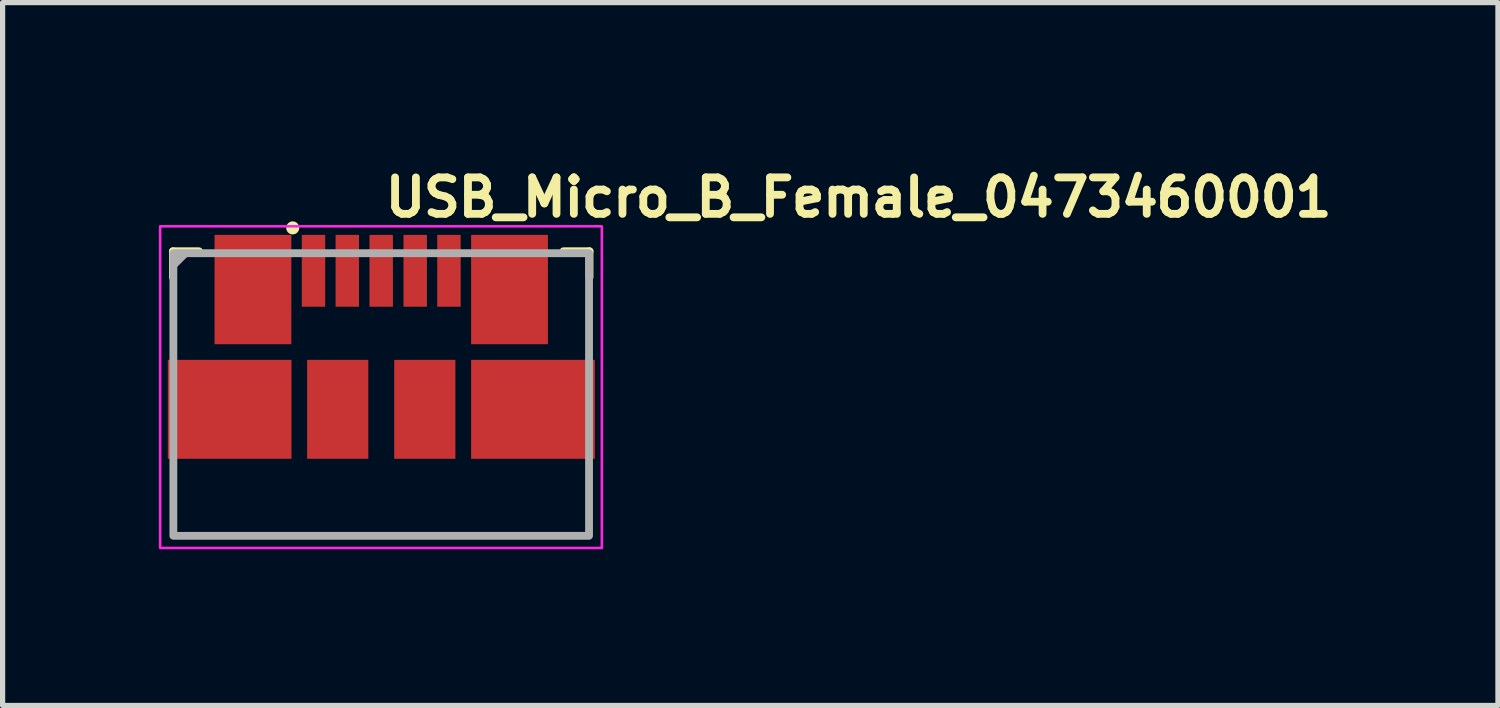
<source format=kicad_pcb>
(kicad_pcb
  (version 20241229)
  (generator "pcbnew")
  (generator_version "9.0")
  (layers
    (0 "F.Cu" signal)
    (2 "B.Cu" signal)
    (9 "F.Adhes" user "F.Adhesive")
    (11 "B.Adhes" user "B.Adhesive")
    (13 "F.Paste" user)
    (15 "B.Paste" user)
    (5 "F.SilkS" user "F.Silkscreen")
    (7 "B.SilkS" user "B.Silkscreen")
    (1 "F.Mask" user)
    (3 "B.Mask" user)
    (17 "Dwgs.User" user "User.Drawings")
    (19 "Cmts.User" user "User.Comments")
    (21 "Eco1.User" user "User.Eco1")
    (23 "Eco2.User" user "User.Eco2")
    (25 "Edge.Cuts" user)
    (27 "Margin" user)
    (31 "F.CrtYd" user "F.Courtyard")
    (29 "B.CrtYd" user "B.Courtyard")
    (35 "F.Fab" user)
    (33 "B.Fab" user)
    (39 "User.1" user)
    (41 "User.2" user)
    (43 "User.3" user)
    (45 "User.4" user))
  (footprint "USB_Micro_B_Female_0473460001"
    (layer "F.Cu")
    (at 4.271 4.526)
    (property "Reference" "USB_Micro_B_Female_0473460001" (at 0 -3.376 0) (layer "F.SilkS") (effects (font (size 0.7 0.7) (thickness 0.15)) (justify left bottom)))
    (attr smd)
    (fp_line (start -4 -2.751) (end -4 -2.251) (stroke (width 0.15) (type solid)) (layer "F.SilkS"))
    (fp_line (start -4 -2.751) (end -3.5 -2.751) (stroke (width 0.15) (type solid)) (layer "F.SilkS"))
    (fp_line (start 3.999 -2.751) (end 3.499 -2.751) (stroke (width 0.15) (type solid)) (layer "F.SilkS"))
    (fp_line (start 3.999 -2.751) (end 3.999 -2.251) (stroke (width 0.15) (type solid)) (layer "F.SilkS"))
    (fp_circle (center -1.7 -3.2) (end -1.75 -3.2) (stroke (width 0.15) (type solid)) (fill yes) (layer "F.SilkS"))
    (fp_rect (start 4.236 2.946) (end -4.246 -3.23) (stroke (width 0.05) (type solid)) (fill no) (layer "F.CrtYd"))
    (fp_line (start -3.775 -2.7) (end -3.975 -2.501) (stroke (width 0.15) (type solid)) (layer "F.Fab"))
    (fp_rect (start 3.99 2.713) (end -3.992 -2.714) (stroke (width 0.15) (type solid)) (fill no) (layer "F.Fab"))
    (fp_rect (start -3.992 -2.714) (end 3.991 2.713) (stroke (width 0.1) (type solid)) (fill no) (layer "User.5"))
    (fp_rect (start 3.991 2.713) (end -3.992 -2.714) (stroke (width 0.1) (type solid)) (fill no) (layer "User.5"))
    (fp_line (start -3.992 2.483) (end -3.838 2.357) (stroke (width 0.02) (type solid)) (layer "User.9"))
    (fp_line (start -3.992 2.483) (end -3.798 2.713) (stroke (width 0.02) (type solid)) (layer "User.9"))
    (fp_line (start -3.899 -0.148) (end -3.895 -0.156) (stroke (width 0.02) (type solid)) (layer "User.9"))
    (fp_line (start -3.899 -0.142) (end -3.899 -0.148) (stroke (width 0.02) (type solid)) (layer "User.9"))
    (fp_line (start -3.899 -0.133) (end -3.899 -0.142) (stroke (width 0.02) (type solid)) (layer "User.9"))
    (fp_line (start -3.899 -0.123) (end -3.899 -0.133) (stroke (width 0.02) (type solid)) (layer "User.9"))
    (fp_line (start -3.899 -0.117) (end -3.899 -0.123) (stroke (width 0.02) (type solid)) (layer "User.9"))
    (fp_line (start -3.899 0.385) (end -3.899 -0.117) (stroke (width 0.02) (type solid)) (layer "User.9"))
    (fp_line (start -3.899 0.394) (end -3.899 0.385) (stroke (width 0.02) (type solid)) (layer "User.9"))
    (fp_line (start -3.899 0.402) (end -3.899 0.394) (stroke (width 0.02) (type solid)) (layer "User.9"))
    (fp_line (start -3.899 0.411) (end -3.899 0.402) (stroke (width 0.02) (type solid)) (layer "User.9"))
    (fp_line (start -3.899 0.417) (end -3.899 0.411) (stroke (width 0.02) (type solid)) (layer "User.9"))
    (fp_line (start -3.895 -0.166) (end -3.888 -0.18) (stroke (width 0.02) (type solid)) (layer "User.9"))
    (fp_line (start -3.895 -0.156) (end -3.895 -0.166) (stroke (width 0.02) (type solid)) (layer "User.9"))
    (fp_line (start -3.895 0.425) (end -3.899 0.417) (stroke (width 0.02) (type solid)) (layer "User.9"))
    (fp_line (start -3.895 0.433) (end -3.895 0.425) (stroke (width 0.02) (type solid)) (layer "User.9"))
    (fp_line (start -3.891 0.441) (end -3.895 0.433) (stroke (width 0.02) (type solid)) (layer "User.9"))
    (fp_line (start -3.888 -0.18) (end -3.883 -0.197) (stroke (width 0.02) (type solid)) (layer "User.9"))
    (fp_line (start -3.888 0.451) (end -3.891 0.441) (stroke (width 0.02) (type solid)) (layer "User.9"))
    (fp_line (start -3.887 0.459) (end -3.888 0.451) (stroke (width 0.02) (type solid)) (layer "User.9"))
    (fp_line (start -3.883 -0.197) (end -3.875 -0.21) (stroke (width 0.02) (type solid)) (layer "User.9"))
    (fp_line (start -3.883 0.466) (end -3.887 0.459) (stroke (width 0.02) (type solid)) (layer "User.9"))
    (fp_line (start -3.879 0.474) (end -3.883 0.466) (stroke (width 0.02) (type solid)) (layer "User.9"))
    (fp_line (start -3.875 -0.21) (end -3.867 -0.226) (stroke (width 0.02) (type solid)) (layer "User.9"))
    (fp_line (start -3.875 0.479) (end -3.879 0.474) (stroke (width 0.02) (type solid)) (layer "User.9"))
    (fp_line (start -3.871 0.486) (end -3.875 0.479) (stroke (width 0.02) (type solid)) (layer "User.9"))
    (fp_line (start -3.867 -0.226) (end -3.859 -0.239) (stroke (width 0.02) (type solid)) (layer "User.9"))
    (fp_line (start -3.867 0.493) (end -3.871 0.486) (stroke (width 0.02) (type solid)) (layer "User.9"))
    (fp_line (start -3.863 0.499) (end -3.867 0.493) (stroke (width 0.02) (type solid)) (layer "User.9"))
    (fp_line (start -3.859 -0.239) (end -3.847 -0.249) (stroke (width 0.02) (type solid)) (layer "User.9"))
    (fp_line (start -3.859 0.506) (end -3.863 0.499) (stroke (width 0.02) (type solid)) (layer "User.9"))
    (fp_line (start -3.855 0.514) (end -3.859 0.506) (stroke (width 0.02) (type solid)) (layer "User.9"))
    (fp_line (start -3.847 -0.249) (end -3.838 -0.263) (stroke (width 0.02) (type solid)) (layer "User.9"))
    (fp_line (start -3.847 0.52) (end -3.855 0.514) (stroke (width 0.02) (type solid)) (layer "User.9"))
    (fp_line (start -3.843 0.526) (end -3.847 0.52) (stroke (width 0.02) (type solid)) (layer "User.9"))
    (fp_line (start -3.838 -0.263) (end -3.823 -0.274) (stroke (width 0.02) (type solid)) (layer "User.9"))
    (fp_line (start -3.838 0.532) (end -3.843 0.526) (stroke (width 0.02) (type solid)) (layer "User.9"))
    (fp_line (start -3.838 2.357) (end -3.75 2.285) (stroke (width 0.02) (type solid)) (layer "User.9"))
    (fp_line (start -3.83 0.537) (end -3.838 0.532) (stroke (width 0.02) (type solid)) (layer "User.9"))
    (fp_line (start -3.823 -0.274) (end -3.81 -0.283) (stroke (width 0.02) (type solid)) (layer "User.9"))
    (fp_line (start -3.823 0.543) (end -3.83 0.537) (stroke (width 0.02) (type solid)) (layer "User.9"))
    (fp_line (start -3.818 0.547) (end -3.823 0.543) (stroke (width 0.02) (type solid)) (layer "User.9"))
    (fp_line (start -3.81 -0.283) (end -3.798 -0.29) (stroke (width 0.02) (type solid)) (layer "User.9"))
    (fp_line (start -3.81 0.552) (end -3.818 0.547) (stroke (width 0.02) (type solid)) (layer "User.9"))
    (fp_line (start -3.803 0.556) (end -3.81 0.552) (stroke (width 0.02) (type solid)) (layer "User.9"))
    (fp_line (start -3.798 -0.29) (end -3.79 -0.293) (stroke (width 0.02) (type solid)) (layer "User.9"))
    (fp_line (start -3.798 0.561) (end -3.803 0.556) (stroke (width 0.02) (type solid)) (layer "User.9"))
    (fp_line (start -3.79 -0.293) (end -3.782 -0.297) (stroke (width 0.02) (type solid)) (layer "User.9"))
    (fp_line (start -3.79 0.564) (end -3.798 0.561) (stroke (width 0.02) (type solid)) (layer "User.9"))
    (fp_line (start -3.782 -0.297) (end -3.774 -0.3) (stroke (width 0.02) (type solid)) (layer "User.9"))
    (fp_line (start -3.782 0.568) (end -3.79 0.564) (stroke (width 0.02) (type solid)) (layer "User.9"))
    (fp_line (start -3.774 -0.3) (end -3.766 -0.303) (stroke (width 0.02) (type solid)) (layer "User.9"))
    (fp_line (start -3.774 0.571) (end -3.782 0.568) (stroke (width 0.02) (type solid)) (layer "User.9"))
    (fp_line (start -3.766 -0.303) (end -3.758 -0.306) (stroke (width 0.02) (type solid)) (layer "User.9"))
    (fp_line (start -3.766 0.574) (end -3.774 0.571) (stroke (width 0.02) (type solid)) (layer "User.9"))
    (fp_line (start -3.758 -0.306) (end -3.75 -0.308) (stroke (width 0.02) (type solid)) (layer "User.9"))
    (fp_line (start -3.758 0.576) (end -3.766 0.574) (stroke (width 0.02) (type solid)) (layer "User.9"))
    (fp_line (start -3.75 -2.415) (end -3.75 2.285) (stroke (width 0.02) (type solid)) (layer "User.9"))
    (fp_line (start -3.75 0.577) (end -3.758 0.576) (stroke (width 0.02) (type solid)) (layer "User.9"))
    (fp_line (start -3.645 2.588) (end -3.798 2.713) (stroke (width 0.02) (type solid)) (layer "User.9"))
    (fp_line (start -3.589 -2.415) (end -3.75 -2.415) (stroke (width 0.02) (type solid)) (layer "User.9"))
    (fp_line (start -3.589 -2.415) (end -3.589 -2.415) (stroke (width 0.02) (type solid)) (layer "User.9"))
    (fp_line (start -3.589 2.285) (end -3.75 2.285) (stroke (width 0.02) (type solid)) (layer "User.9"))
    (fp_line (start -3.589 2.285) (end -3.589 2.285) (stroke (width 0.02) (type solid)) (layer "User.9"))
    (fp_line (start -3.556 2.511) (end -3.645 2.588) (stroke (width 0.02) (type solid)) (layer "User.9"))
    (fp_line (start -3.544 2.503) (end -3.556 2.511) (stroke (width 0.02) (type solid)) (layer "User.9"))
    (fp_line (start -3.532 2.491) (end -3.544 2.503) (stroke (width 0.02) (type solid)) (layer "User.9"))
    (fp_line (start -3.52 2.479) (end -3.532 2.491) (stroke (width 0.02) (type solid)) (layer "User.9"))
    (fp_line (start -3.512 2.467) (end -3.52 2.479) (stroke (width 0.02) (type solid)) (layer "User.9"))
    (fp_line (start -3.501 2.455) (end -3.512 2.467) (stroke (width 0.02) (type solid)) (layer "User.9"))
    (fp_line (start -3.492 2.439) (end -3.501 2.455) (stroke (width 0.02) (type solid)) (layer "User.9"))
    (fp_line (start -3.484 2.426) (end -3.492 2.439) (stroke (width 0.02) (type solid)) (layer "User.9"))
    (fp_line (start -3.477 2.413) (end -3.484 2.426) (stroke (width 0.02) (type solid)) (layer "User.9"))
    (fp_line (start -3.472 2.398) (end -3.477 2.413) (stroke (width 0.02) (type solid)) (layer "User.9"))
    (fp_line (start -3.465 2.382) (end -3.472 2.398) (stroke (width 0.02) (type solid)) (layer "User.9"))
    (fp_line (start -3.46 2.369) (end -3.465 2.382) (stroke (width 0.02) (type solid)) (layer "User.9"))
    (fp_line (start -3.457 2.354) (end -3.46 2.369) (stroke (width 0.02) (type solid)) (layer "User.9"))
    (fp_line (start -3.455 2.338) (end -3.457 2.354) (stroke (width 0.02) (type solid)) (layer "User.9"))
    (fp_line (start -3.451 2.285) (end -3.451 2.289) (stroke (width 0.02) (type solid)) (layer "User.9"))
    (fp_line (start -3.451 2.289) (end -3.451 2.306) (stroke (width 0.02) (type solid)) (layer "User.9"))
    (fp_line (start -3.451 2.306) (end -3.451 2.322) (stroke (width 0.02) (type solid)) (layer "User.9"))
    (fp_line (start -3.451 2.322) (end -3.455 2.338) (stroke (width 0.02) (type solid)) (layer "User.9"))
    (fp_line (start -3.202 -2.415) (end -3.589 -2.415) (stroke (width 0.02) (type solid)) (layer "User.9"))
    (fp_line (start -3.202 -2.415) (end -2.258 -2.415) (stroke (width 0.02) (type solid)) (layer "User.9"))
    (fp_line (start -3.202 2.285) (end -3.589 2.285) (stroke (width 0.02) (type solid)) (layer "User.9"))
    (fp_line (start -3.202 2.354) (end -3.202 2.285) (stroke (width 0.02) (type solid)) (layer "User.9"))
    (fp_line (start -3.202 2.354) (end -3.201 2.362) (stroke (width 0.02) (type solid)) (layer "User.9"))
    (fp_line (start -3.202 2.591) (end -3.202 2.354) (stroke (width 0.02) (type solid)) (layer "User.9"))
    (fp_line (start -3.201 2.362) (end -3.201 2.369) (stroke (width 0.02) (type solid)) (layer "User.9"))
    (fp_line (start -3.201 2.369) (end -3.197 2.374) (stroke (width 0.02) (type solid)) (layer "User.9"))
    (fp_line (start -3.201 2.592) (end -3.202 2.591) (stroke (width 0.02) (type solid)) (layer "User.9"))
    (fp_line (start -3.201 2.596) (end -3.201 2.592) (stroke (width 0.02) (type solid)) (layer "User.9"))
    (fp_line (start -3.201 2.6) (end -3.201 2.596) (stroke (width 0.02) (type solid)) (layer "User.9"))
    (fp_line (start -3.201 2.603) (end -3.201 2.6) (stroke (width 0.02) (type solid)) (layer "User.9"))
    (fp_line (start -3.198 2.604) (end -3.201 2.603) (stroke (width 0.02) (type solid)) (layer "User.9"))
    (fp_line (start -3.197 2.374) (end -3.197 2.381) (stroke (width 0.02) (type solid)) (layer "User.9"))
    (fp_line (start -3.197 2.381) (end -3.193 2.386) (stroke (width 0.02) (type solid)) (layer "User.9"))
    (fp_line (start -3.197 2.608) (end -3.198 2.604) (stroke (width 0.02) (type solid)) (layer "User.9"))
    (fp_line (start -3.197 2.612) (end -3.197 2.608) (stroke (width 0.02) (type solid)) (layer "User.9"))
    (fp_line (start -3.197 2.615) (end -3.197 2.612) (stroke (width 0.02) (type solid)) (layer "User.9"))
    (fp_line (start -3.193 2.386) (end -3.193 2.393) (stroke (width 0.02) (type solid)) (layer "User.9"))
    (fp_line (start -3.193 2.393) (end -3.189 2.398) (stroke (width 0.02) (type solid)) (layer "User.9"))
    (fp_line (start -3.193 2.62) (end -3.197 2.615) (stroke (width 0.02) (type solid)) (layer "User.9"))
    (fp_line (start -3.193 2.627) (end -3.193 2.62) (stroke (width 0.02) (type solid)) (layer "User.9"))
    (fp_line (start -3.189 2.398) (end -3.185 2.402) (stroke (width 0.02) (type solid)) (layer "User.9"))
    (fp_line (start -3.189 2.632) (end -3.193 2.627) (stroke (width 0.02) (type solid)) (layer "User.9"))
    (fp_line (start -3.185 2.402) (end -3.181 2.41) (stroke (width 0.02) (type solid)) (layer "User.9"))
    (fp_line (start -3.185 2.636) (end -3.189 2.632) (stroke (width 0.02) (type solid)) (layer "User.9"))
    (fp_line (start -3.181 2.41) (end -3.177 2.414) (stroke (width 0.02) (type solid)) (layer "User.9"))
    (fp_line (start -3.181 2.644) (end -3.185 2.636) (stroke (width 0.02) (type solid)) (layer "User.9"))
    (fp_line (start -3.177 2.414) (end -3.173 2.418) (stroke (width 0.02) (type solid)) (layer "User.9"))
    (fp_line (start -3.177 2.648) (end -3.181 2.644) (stroke (width 0.02) (type solid)) (layer "User.9"))
    (fp_line (start -3.173 2.418) (end -3.166 2.425) (stroke (width 0.02) (type solid)) (layer "User.9"))
    (fp_line (start -3.173 2.655) (end -3.177 2.648) (stroke (width 0.02) (type solid)) (layer "User.9"))
    (fp_line (start -3.166 2.425) (end -3.161 2.43) (stroke (width 0.02) (type solid)) (layer "User.9"))
    (fp_line (start -3.166 2.66) (end -3.173 2.655) (stroke (width 0.02) (type solid)) (layer "User.9"))
    (fp_line (start -3.161 2.43) (end -3.154 2.435) (stroke (width 0.02) (type solid)) (layer "User.9"))
    (fp_line (start -3.161 2.664) (end -3.166 2.66) (stroke (width 0.02) (type solid)) (layer "User.9"))
    (fp_line (start -3.154 2.435) (end -3.149 2.439) (stroke (width 0.02) (type solid)) (layer "User.9"))
    (fp_line (start -3.154 2.668) (end -3.161 2.664) (stroke (width 0.02) (type solid)) (layer "User.9"))
    (fp_line (start -3.149 2.439) (end -3.141 2.443) (stroke (width 0.02) (type solid)) (layer "User.9"))
    (fp_line (start -3.149 2.672) (end -3.154 2.668) (stroke (width 0.02) (type solid)) (layer "User.9"))
    (fp_line (start -3.141 2.443) (end -3.141 2.443) (stroke (width 0.02) (type solid)) (layer "User.9"))
    (fp_line (start -3.141 2.443) (end -3.134 2.447) (stroke (width 0.02) (type solid)) (layer "User.9"))
    (fp_line (start -3.141 2.679) (end -3.149 2.672) (stroke (width 0.02) (type solid)) (layer "User.9"))
    (fp_line (start -3.141 2.679) (end -3.141 2.679) (stroke (width 0.02) (type solid)) (layer "User.9"))
    (fp_line (start -3.134 2.447) (end -3.126 2.451) (stroke (width 0.02) (type solid)) (layer "User.9"))
    (fp_line (start -3.134 2.683) (end -3.141 2.679) (stroke (width 0.02) (type solid)) (layer "User.9"))
    (fp_line (start -3.126 2.451) (end -3.118 2.455) (stroke (width 0.02) (type solid)) (layer "User.9"))
    (fp_line (start -3.126 2.687) (end -3.134 2.683) (stroke (width 0.02) (type solid)) (layer "User.9"))
    (fp_line (start -3.118 2.455) (end -3.11 2.459) (stroke (width 0.02) (type solid)) (layer "User.9"))
    (fp_line (start -3.118 2.689) (end -3.126 2.687) (stroke (width 0.02) (type solid)) (layer "User.9"))
    (fp_line (start -3.11 2.459) (end -3.102 2.463) (stroke (width 0.02) (type solid)) (layer "User.9"))
    (fp_line (start -3.11 2.693) (end -3.118 2.689) (stroke (width 0.02) (type solid)) (layer "User.9"))
    (fp_line (start -3.102 2.463) (end -3.094 2.466) (stroke (width 0.02) (type solid)) (layer "User.9"))
    (fp_line (start -3.102 2.697) (end -3.11 2.693) (stroke (width 0.02) (type solid)) (layer "User.9"))
    (fp_line (start -3.094 2.466) (end -3.085 2.467) (stroke (width 0.02) (type solid)) (layer "User.9"))
    (fp_line (start -3.094 2.701) (end -3.102 2.697) (stroke (width 0.02) (type solid)) (layer "User.9"))
    (fp_line (start -3.085 2.467) (end -3.077 2.471) (stroke (width 0.02) (type solid)) (layer "User.9"))
    (fp_line (start -3.085 2.704) (end -3.094 2.701) (stroke (width 0.02) (type solid)) (layer "User.9"))
    (fp_line (start -3.077 2.471) (end -3.068 2.474) (stroke (width 0.02) (type solid)) (layer "User.9"))
    (fp_line (start -3.077 2.705) (end -3.085 2.704) (stroke (width 0.02) (type solid)) (layer "User.9"))
    (fp_line (start -3.068 2.474) (end -3.06 2.475) (stroke (width 0.02) (type solid)) (layer "User.9"))
    (fp_line (start -3.068 2.708) (end -3.077 2.705) (stroke (width 0.02) (type solid)) (layer "User.9"))
    (fp_line (start -3.06 2.475) (end -3.048 2.475) (stroke (width 0.02) (type solid)) (layer "User.9"))
    (fp_line (start -3.06 2.709) (end -3.068 2.708) (stroke (width 0.02) (type solid)) (layer "User.9"))
    (fp_line (start -3.048 2.475) (end -3.04 2.479) (stroke (width 0.02) (type solid)) (layer "User.9"))
    (fp_line (start -3.048 2.712) (end -3.06 2.709) (stroke (width 0.02) (type solid)) (layer "User.9"))
    (fp_line (start -3.04 2.479) (end -3.029 2.479) (stroke (width 0.02) (type solid)) (layer "User.9"))
    (fp_line (start -3.04 2.713) (end -3.048 2.712) (stroke (width 0.02) (type solid)) (layer "User.9"))
    (fp_line (start -3.029 2.479) (end -3.02 2.479) (stroke (width 0.02) (type solid)) (layer "User.9"))
    (fp_line (start -3.029 2.713) (end -3.04 2.713) (stroke (width 0.02) (type solid)) (layer "User.9"))
    (fp_line (start -3.02 2.479) (end -3.009 2.479) (stroke (width 0.02) (type solid)) (layer "User.9"))
    (fp_line (start -3.02 2.713) (end -3.029 2.713) (stroke (width 0.02) (type solid)) (layer "User.9"))
    (fp_line (start -3.009 2.479) (end -3 2.479) (stroke (width 0.02) (type solid)) (layer "User.9"))
    (fp_line (start -3.009 2.713) (end -3.02 2.713) (stroke (width 0.02) (type solid)) (layer "User.9"))
    (fp_line (start -3 -2.714) (end -3 -2.629) (stroke (width 0.02) (type solid)) (layer "User.9"))
    (fp_line (start -3 -2.714) (end -2.839 -2.714) (stroke (width 0.02) (type solid)) (layer "User.9"))
    (fp_line (start -3 -2.629) (end -3 -2.629) (stroke (width 0.02) (type solid)) (layer "User.9"))
    (fp_line (start -3 -2.629) (end -3 -2.415) (stroke (width 0.02) (type solid)) (layer "User.9"))
    (fp_line (start -3 -2.415) (end -3 -2.714) (stroke (width 0.02) (type solid)) (layer "User.9"))
    (fp_line (start -3 2.713) (end -3.009 2.713) (stroke (width 0.02) (type solid)) (layer "User.9"))
    (fp_line (start -2.976 1.152) (end -2.976 1.159) (stroke (width 0.02) (type solid)) (layer "User.9"))
    (fp_line (start -2.976 1.159) (end -2.976 1.169) (stroke (width 0.02) (type solid)) (layer "User.9"))
    (fp_line (start -2.976 1.169) (end -2.973 1.177) (stroke (width 0.02) (type solid)) (layer "User.9"))
    (fp_line (start -2.973 1.144) (end -2.976 1.152) (stroke (width 0.02) (type solid)) (layer "User.9"))
    (fp_line (start -2.973 1.177) (end -2.972 1.185) (stroke (width 0.02) (type solid)) (layer "User.9"))
    (fp_line (start -2.972 1.128) (end -2.972 1.136) (stroke (width 0.02) (type solid)) (layer "User.9"))
    (fp_line (start -2.972 1.136) (end -2.973 1.144) (stroke (width 0.02) (type solid)) (layer "User.9"))
    (fp_line (start -2.972 1.185) (end -2.972 1.193) (stroke (width 0.02) (type solid)) (layer "User.9"))
    (fp_line (start -2.972 1.193) (end -2.968 1.199) (stroke (width 0.02) (type solid)) (layer "User.9"))
    (fp_line (start -2.968 1.12) (end -2.972 1.128) (stroke (width 0.02) (type solid)) (layer "User.9"))
    (fp_line (start -2.968 1.199) (end -2.965 1.207) (stroke (width 0.02) (type solid)) (layer "User.9"))
    (fp_line (start -2.965 1.112) (end -2.968 1.12) (stroke (width 0.02) (type solid)) (layer "User.9"))
    (fp_line (start -2.965 1.207) (end -2.964 1.215) (stroke (width 0.02) (type solid)) (layer "User.9"))
    (fp_line (start -2.964 1.104) (end -2.965 1.112) (stroke (width 0.02) (type solid)) (layer "User.9"))
    (fp_line (start -2.964 1.215) (end -2.96 1.223) (stroke (width 0.02) (type solid)) (layer "User.9"))
    (fp_line (start -2.96 1.098) (end -2.964 1.104) (stroke (width 0.02) (type solid)) (layer "User.9"))
    (fp_line (start -2.96 1.098) (end -2.96 1.098) (stroke (width 0.02) (type solid)) (layer "User.9"))
    (fp_line (start -2.96 1.223) (end -2.96 1.223) (stroke (width 0.02) (type solid)) (layer "User.9"))
    (fp_line (start -2.96 1.223) (end -2.956 1.227) (stroke (width 0.02) (type solid)) (layer "User.9"))
    (fp_line (start -2.956 1.227) (end -2.953 1.229) (stroke (width 0.02) (type solid)) (layer "User.9"))
    (fp_line (start -2.953 1.09) (end -2.96 1.098) (stroke (width 0.02) (type solid)) (layer "User.9"))
    (fp_line (start -2.953 1.229) (end -2.952 1.233) (stroke (width 0.02) (type solid)) (layer "User.9"))
    (fp_line (start -2.952 1.233) (end -2.949 1.237) (stroke (width 0.02) (type solid)) (layer "User.9"))
    (fp_line (start -2.949 1.084) (end -2.953 1.09) (stroke (width 0.02) (type solid)) (layer "User.9"))
    (fp_line (start -2.949 1.237) (end -2.948 1.239) (stroke (width 0.02) (type solid)) (layer "User.9"))
    (fp_line (start -2.948 1.239) (end -2.943 1.243) (stroke (width 0.02) (type solid)) (layer "User.9"))
    (fp_line (start -2.943 1.078) (end -2.949 1.084) (stroke (width 0.02) (type solid)) (layer "User.9"))
    (fp_line (start -2.943 1.243) (end -2.943 1.245) (stroke (width 0.02) (type solid)) (layer "User.9"))
    (fp_line (start -2.943 1.245) (end -2.939 1.249) (stroke (width 0.02) (type solid)) (layer "User.9"))
    (fp_line (start -2.939 1.072) (end -2.943 1.078) (stroke (width 0.02) (type solid)) (layer "User.9"))
    (fp_line (start -2.939 1.249) (end -2.935 1.251) (stroke (width 0.02) (type solid)) (layer "User.9"))
    (fp_line (start -2.935 1.251) (end -2.932 1.255) (stroke (width 0.02) (type solid)) (layer "User.9"))
    (fp_line (start -2.932 1.066) (end -2.939 1.072) (stroke (width 0.02) (type solid)) (layer "User.9"))
    (fp_line (start -2.932 1.255) (end -2.931 1.257) (stroke (width 0.02) (type solid)) (layer "User.9"))
    (fp_line (start -2.931 1.257) (end -2.927 1.259) (stroke (width 0.02) (type solid)) (layer "User.9"))
    (fp_line (start -2.927 1.06) (end -2.932 1.066) (stroke (width 0.02) (type solid)) (layer "User.9"))
    (fp_line (start -2.927 1.259) (end -2.923 1.261) (stroke (width 0.02) (type solid)) (layer "User.9"))
    (fp_line (start -2.923 1.261) (end -2.919 1.263) (stroke (width 0.02) (type solid)) (layer "User.9"))
    (fp_line (start -2.919 1.056) (end -2.927 1.06) (stroke (width 0.02) (type solid)) (layer "User.9"))
    (fp_line (start -2.919 1.263) (end -2.915 1.267) (stroke (width 0.02) (type solid)) (layer "User.9"))
    (fp_line (start -2.915 1.267) (end -2.912 1.269) (stroke (width 0.02) (type solid)) (layer "User.9"))
    (fp_line (start -2.912 1.052) (end -2.919 1.056) (stroke (width 0.02) (type solid)) (layer "User.9"))
    (fp_line (start -2.912 1.269) (end -2.908 1.271) (stroke (width 0.02) (type solid)) (layer "User.9"))
    (fp_line (start -2.908 1.271) (end -2.907 1.273) (stroke (width 0.02) (type solid)) (layer "User.9"))
    (fp_line (start -2.907 1.048) (end -2.912 1.052) (stroke (width 0.02) (type solid)) (layer "User.9"))
    (fp_line (start -2.907 1.273) (end -2.903 1.273) (stroke (width 0.02) (type solid)) (layer "User.9"))
    (fp_line (start -2.903 1.273) (end -2.899 1.275) (stroke (width 0.02) (type solid)) (layer "User.9"))
    (fp_line (start -2.899 1.044) (end -2.907 1.048) (stroke (width 0.02) (type solid)) (layer "User.9"))
    (fp_line (start -2.899 1.275) (end -2.895 1.277) (stroke (width 0.02) (type solid)) (layer "User.9"))
    (fp_line (start -2.895 1.277) (end -2.891 1.279) (stroke (width 0.02) (type solid)) (layer "User.9"))
    (fp_line (start -2.891 1.042) (end -2.899 1.044) (stroke (width 0.02) (type solid)) (layer "User.9"))
    (fp_line (start -2.891 1.279) (end -2.887 1.279) (stroke (width 0.02) (type solid)) (layer "User.9"))
    (fp_line (start -2.887 1.279) (end -2.883 1.28) (stroke (width 0.02) (type solid)) (layer "User.9"))
    (fp_line (start -2.883 1.04) (end -2.891 1.042) (stroke (width 0.02) (type solid)) (layer "User.9"))
    (fp_line (start -2.883 1.28) (end -2.879 1.282) (stroke (width 0.02) (type solid)) (layer "User.9"))
    (fp_line (start -2.879 1.282) (end -2.875 1.282) (stroke (width 0.02) (type solid)) (layer "User.9"))
    (fp_line (start -2.875 1.038) (end -2.883 1.04) (stroke (width 0.02) (type solid)) (layer "User.9"))
    (fp_line (start -2.875 1.282) (end -2.871 1.284) (stroke (width 0.02) (type solid)) (layer "User.9"))
    (fp_line (start -2.871 1.284) (end -2.867 1.284) (stroke (width 0.02) (type solid)) (layer "User.9"))
    (fp_line (start -2.867 1.036) (end -2.875 1.038) (stroke (width 0.02) (type solid)) (layer "User.9"))
    (fp_line (start -2.867 1.284) (end -2.863 1.284) (stroke (width 0.02) (type solid)) (layer "User.9"))
    (fp_line (start -2.863 1.284) (end -2.859 1.284) (stroke (width 0.02) (type solid)) (layer "User.9"))
    (fp_line (start -2.859 1.036) (end -2.867 1.036) (stroke (width 0.02) (type solid)) (layer "User.9"))
    (fp_line (start -2.859 1.284) (end -2.855 1.284) (stroke (width 0.02) (type solid)) (layer "User.9"))
    (fp_line (start -2.855 1.284) (end -2.851 1.284) (stroke (width 0.02) (type solid)) (layer "User.9"))
    (fp_line (start -2.851 1.034) (end -2.859 1.036) (stroke (width 0.02) (type solid)) (layer "User.9"))
    (fp_line (start -2.851 1.284) (end -2.726 1.284) (stroke (width 0.02) (type solid)) (layer "User.9"))
    (fp_line (start -2.839 -2.714) (end -2.839 -2.714) (stroke (width 0.02) (type solid)) (layer "User.9"))
    (fp_line (start -2.839 -2.714) (end -2.452 -2.714) (stroke (width 0.02) (type solid)) (layer "User.9"))
    (fp_line (start -2.726 -0.185) (end -2.726 1.034) (stroke (width 0.02) (type solid)) (layer "User.9"))
    (fp_line (start -2.726 0.893) (end -2.597 0.893) (stroke (width 0.02) (type solid)) (layer "User.9"))
    (fp_line (start -2.726 1.034) (end -2.851 1.034) (stroke (width 0.02) (type solid)) (layer "User.9"))
    (fp_line (start -2.726 1.284) (end -2.726 1.294) (stroke (width 0.02) (type solid)) (layer "User.9"))
    (fp_line (start -2.726 1.294) (end -2.024 1.294) (stroke (width 0.02) (type solid)) (layer "User.9"))
    (fp_line (start -2.726 1.382) (end -2.726 1.294) (stroke (width 0.02) (type solid)) (layer "User.9"))
    (fp_line (start -2.726 1.382) (end -2.726 1.39) (stroke (width 0.02) (type solid)) (layer "User.9"))
    (fp_line (start -2.726 1.39) (end -2.726 1.398) (stroke (width 0.02) (type solid)) (layer "User.9"))
    (fp_line (start -2.726 1.398) (end -2.722 1.406) (stroke (width 0.02) (type solid)) (layer "User.9"))
    (fp_line (start -2.726 1.457) (end -2.726 1.382) (stroke (width 0.02) (type solid)) (layer "User.9"))
    (fp_line (start -2.726 1.469) (end -2.726 1.457) (stroke (width 0.02) (type solid)) (layer "User.9"))
    (fp_line (start -2.723 1.483) (end -2.726 1.469) (stroke (width 0.02) (type solid)) (layer "User.9"))
    (fp_line (start -2.722 1.406) (end -2.722 1.415) (stroke (width 0.02) (type solid)) (layer "User.9"))
    (fp_line (start -2.722 1.415) (end -2.718 1.423) (stroke (width 0.02) (type solid)) (layer "User.9"))
    (fp_line (start -2.722 1.495) (end -2.723 1.483) (stroke (width 0.02) (type solid)) (layer "User.9"))
    (fp_line (start -2.722 1.505) (end -2.722 1.495) (stroke (width 0.02) (type solid)) (layer "User.9"))
    (fp_line (start -2.718 1.423) (end -2.718 1.431) (stroke (width 0.02) (type solid)) (layer "User.9"))
    (fp_line (start -2.718 1.431) (end -2.714 1.441) (stroke (width 0.02) (type solid)) (layer "User.9"))
    (fp_line (start -2.718 1.517) (end -2.722 1.505) (stroke (width 0.02) (type solid)) (layer "User.9"))
    (fp_line (start -2.715 1.527) (end -2.718 1.517) (stroke (width 0.02) (type solid)) (layer "User.9"))
    (fp_line (start -2.714 1.441) (end -2.71 1.447) (stroke (width 0.02) (type solid)) (layer "User.9"))
    (fp_line (start -2.714 1.538) (end -2.715 1.527) (stroke (width 0.02) (type solid)) (layer "User.9"))
    (fp_line (start -2.71 1.447) (end -2.706 1.455) (stroke (width 0.02) (type solid)) (layer "User.9"))
    (fp_line (start -2.71 1.548) (end -2.714 1.538) (stroke (width 0.02) (type solid)) (layer "User.9"))
    (fp_line (start -2.706 1.455) (end -2.702 1.463) (stroke (width 0.02) (type solid)) (layer "User.9"))
    (fp_line (start -2.706 1.558) (end -2.71 1.548) (stroke (width 0.02) (type solid)) (layer "User.9"))
    (fp_line (start -2.702 1.463) (end -2.698 1.471) (stroke (width 0.02) (type solid)) (layer "User.9"))
    (fp_line (start -2.702 1.568) (end -2.706 1.558) (stroke (width 0.02) (type solid)) (layer "User.9"))
    (fp_line (start -2.698 1.471) (end -2.691 1.477) (stroke (width 0.02) (type solid)) (layer "User.9"))
    (fp_line (start -2.698 1.576) (end -2.702 1.568) (stroke (width 0.02) (type solid)) (layer "User.9"))
    (fp_line (start -2.691 1.477) (end -2.685 1.485) (stroke (width 0.02) (type solid)) (layer "User.9"))
    (fp_line (start -2.691 1.584) (end -2.698 1.576) (stroke (width 0.02) (type solid)) (layer "User.9"))
    (fp_line (start -2.686 1.592) (end -2.691 1.584) (stroke (width 0.02) (type solid)) (layer "User.9"))
    (fp_line (start -2.685 1.485) (end -2.681 1.491) (stroke (width 0.02) (type solid)) (layer "User.9"))
    (fp_line (start -2.681 1.491) (end -2.673 1.497) (stroke (width 0.02) (type solid)) (layer "User.9"))
    (fp_line (start -2.681 1.602) (end -2.686 1.592) (stroke (width 0.02) (type solid)) (layer "User.9"))
    (fp_line (start -2.677 1.608) (end -2.681 1.602) (stroke (width 0.02) (type solid)) (layer "User.9"))
    (fp_line (start -2.673 1.497) (end -2.666 1.505) (stroke (width 0.02) (type solid)) (layer "User.9"))
    (fp_line (start -2.669 1.616) (end -2.677 1.608) (stroke (width 0.02) (type solid)) (layer "User.9"))
    (fp_line (start -2.669 1.616) (end -2.669 1.616) (stroke (width 0.02) (type solid)) (layer "User.9"))
    (fp_line (start -2.666 1.505) (end -2.666 1.505) (stroke (width 0.02) (type solid)) (layer "User.9"))
    (fp_line (start -2.666 1.505) (end -2.661 1.511) (stroke (width 0.02) (type solid)) (layer "User.9"))
    (fp_line (start -2.662 1.624) (end -2.669 1.616) (stroke (width 0.02) (type solid)) (layer "User.9"))
    (fp_line (start -2.661 1.511) (end -2.653 1.515) (stroke (width 0.02) (type solid)) (layer "User.9"))
    (fp_line (start -2.657 1.63) (end -2.662 1.624) (stroke (width 0.02) (type solid)) (layer "User.9"))
    (fp_line (start -2.653 1.515) (end -2.645 1.521) (stroke (width 0.02) (type solid)) (layer "User.9"))
    (fp_line (start -2.649 1.636) (end -2.657 1.63) (stroke (width 0.02) (type solid)) (layer "User.9"))
    (fp_line (start -2.645 1.521) (end -2.637 1.525) (stroke (width 0.02) (type solid)) (layer "User.9"))
    (fp_line (start -2.642 1.644) (end -2.649 1.636) (stroke (width 0.02) (type solid)) (layer "User.9"))
    (fp_line (start -2.637 1.525) (end -2.629 1.531) (stroke (width 0.02) (type solid)) (layer "User.9"))
    (fp_line (start -2.634 1.65) (end -2.642 1.644) (stroke (width 0.02) (type solid)) (layer "User.9"))
    (fp_line (start -2.629 1.531) (end -2.621 1.535) (stroke (width 0.02) (type solid)) (layer "User.9"))
    (fp_line (start -2.629 1.656) (end -2.634 1.65) (stroke (width 0.02) (type solid)) (layer "User.9"))
    (fp_line (start -2.621 1.535) (end -2.61 1.538) (stroke (width 0.02) (type solid)) (layer "User.9"))
    (fp_line (start -2.621 1.66) (end -2.629 1.656) (stroke (width 0.02) (type solid)) (layer "User.9"))
    (fp_line (start -2.61 1.538) (end -2.601 1.542) (stroke (width 0.02) (type solid)) (layer "User.9"))
    (fp_line (start -2.61 1.665) (end -2.621 1.66) (stroke (width 0.02) (type solid)) (layer "User.9"))
    (fp_line (start -2.601 1.542) (end -2.593 1.544) (stroke (width 0.02) (type solid)) (layer "User.9"))
    (fp_line (start -2.601 1.671) (end -2.61 1.665) (stroke (width 0.02) (type solid)) (layer "User.9"))
    (fp_line (start -2.597 0.893) (end -2.399 0.893) (stroke (width 0.02) (type solid)) (layer "User.9"))
    (fp_line (start -2.593 1.544) (end -2.585 1.548) (stroke (width 0.02) (type solid)) (layer "User.9"))
    (fp_line (start -2.593 1.675) (end -2.601 1.671) (stroke (width 0.02) (type solid)) (layer "User.9"))
    (fp_line (start -2.585 1.548) (end -2.573 1.55) (stroke (width 0.02) (type solid)) (layer "User.9"))
    (fp_line (start -2.582 1.679) (end -2.593 1.675) (stroke (width 0.02) (type solid)) (layer "User.9"))
    (fp_line (start -2.573 1.55) (end -2.565 1.552) (stroke (width 0.02) (type solid)) (layer "User.9"))
    (fp_line (start -2.573 1.681) (end -2.582 1.679) (stroke (width 0.02) (type solid)) (layer "User.9"))
    (fp_line (start -2.565 1.552) (end -2.556 1.552) (stroke (width 0.02) (type solid)) (layer "User.9"))
    (fp_line (start -2.561 1.683) (end -2.573 1.681) (stroke (width 0.02) (type solid)) (layer "User.9"))
    (fp_line (start -2.556 1.552) (end -2.544 1.554) (stroke (width 0.02) (type solid)) (layer "User.9"))
    (fp_line (start -2.552 1.685) (end -2.561 1.683) (stroke (width 0.02) (type solid)) (layer "User.9"))
    (fp_line (start -2.544 1.554) (end -2.536 1.554) (stroke (width 0.02) (type solid)) (layer "User.9"))
    (fp_line (start -2.537 1.687) (end -2.552 1.685) (stroke (width 0.02) (type solid)) (layer "User.9"))
    (fp_line (start -2.536 1.554) (end -2.524 1.554) (stroke (width 0.02) (type solid)) (layer "User.9"))
    (fp_line (start -2.524 1.554) (end -2.226 1.554) (stroke (width 0.02) (type solid)) (layer "User.9"))
    (fp_line (start -2.524 1.687) (end -2.537 1.687) (stroke (width 0.02) (type solid)) (layer "User.9"))
    (fp_line (start -2.524 1.687) (end -2.226 1.687) (stroke (width 0.02) (type solid)) (layer "User.9"))
    (fp_line (start -2.452 -2.714) (end -1.903 -2.714) (stroke (width 0.02) (type solid)) (layer "User.9"))
    (fp_line (start -2.399 0.583) (end -2.726 0.583) (stroke (width 0.02) (type solid)) (layer "User.9"))
    (fp_line (start -2.392 0.584) (end -2.399 0.583) (stroke (width 0.02) (type solid)) (layer "User.9"))
    (fp_line (start -2.392 0.893) (end -2.399 0.893) (stroke (width 0.02) (type solid)) (layer "User.9"))
    (fp_line (start -2.387 0.584) (end -2.392 0.584) (stroke (width 0.02) (type solid)) (layer "User.9"))
    (fp_line (start -2.387 0.893) (end -2.392 0.893) (stroke (width 0.02) (type solid)) (layer "User.9"))
    (fp_line (start -2.379 0.585) (end -2.387 0.584) (stroke (width 0.02) (type solid)) (layer "User.9"))
    (fp_line (start -2.379 0.892) (end -2.387 0.893) (stroke (width 0.02) (type solid)) (layer "User.9"))
    (fp_line (start -2.371 -1.716) (end -2.371 -1.696) (stroke (width 0.02) (type solid)) (layer "User.9"))
    (fp_line (start -2.371 -1.716) (end -2.371 -1.416) (stroke (width 0.02) (type solid)) (layer "User.9"))
    (fp_line (start -2.371 -1.716) (end -2.258 -1.716) (stroke (width 0.02) (type solid)) (layer "User.9"))
    (fp_line (start -2.371 -1.416) (end -1.21 -1.416) (stroke (width 0.02) (type solid)) (layer "User.9"))
    (fp_line (start -2.371 0.586) (end -2.379 0.585) (stroke (width 0.02) (type solid)) (layer "User.9"))
    (fp_line (start -2.371 0.891) (end -2.379 0.892) (stroke (width 0.02) (type solid)) (layer "User.9"))
    (fp_line (start -2.363 0.588) (end -2.371 0.586) (stroke (width 0.02) (type solid)) (layer "User.9"))
    (fp_line (start -2.363 0.889) (end -2.371 0.891) (stroke (width 0.02) (type solid)) (layer "User.9"))
    (fp_line (start -2.356 0.59) (end -2.363 0.588) (stroke (width 0.02) (type solid)) (layer "User.9"))
    (fp_line (start -2.356 0.887) (end -2.363 0.889) (stroke (width 0.02) (type solid)) (layer "User.9"))
    (fp_line (start -2.351 0.592) (end -2.356 0.59) (stroke (width 0.02) (type solid)) (layer "User.9"))
    (fp_line (start -2.351 0.885) (end -2.356 0.887) (stroke (width 0.02) (type solid)) (layer "User.9"))
    (fp_line (start -2.343 0.595) (end -2.351 0.592) (stroke (width 0.02) (type solid)) (layer "User.9"))
    (fp_line (start -2.343 0.882) (end -2.351 0.885) (stroke (width 0.02) (type solid)) (layer "User.9"))
    (fp_line (start -2.335 0.598) (end -2.343 0.595) (stroke (width 0.02) (type solid)) (layer "User.9"))
    (fp_line (start -2.335 0.879) (end -2.343 0.882) (stroke (width 0.02) (type solid)) (layer "User.9"))
    (fp_line (start -2.331 0.601) (end -2.335 0.598) (stroke (width 0.02) (type solid)) (layer "User.9"))
    (fp_line (start -2.331 0.876) (end -2.335 0.879) (stroke (width 0.02) (type solid)) (layer "User.9"))
    (fp_line (start -2.323 0.605) (end -2.331 0.601) (stroke (width 0.02) (type solid)) (layer "User.9"))
    (fp_line (start -2.323 0.872) (end -2.331 0.876) (stroke (width 0.02) (type solid)) (layer "User.9"))
    (fp_line (start -2.316 0.609) (end -2.323 0.605) (stroke (width 0.02) (type solid)) (layer "User.9"))
    (fp_line (start -2.316 0.868) (end -2.323 0.872) (stroke (width 0.02) (type solid)) (layer "User.9"))
    (fp_line (start -2.311 0.613) (end -2.316 0.609) (stroke (width 0.02) (type solid)) (layer "User.9"))
    (fp_line (start -2.311 0.864) (end -2.316 0.868) (stroke (width 0.02) (type solid)) (layer "User.9"))
    (fp_line (start -2.306 0.617) (end -2.311 0.613) (stroke (width 0.02) (type solid)) (layer "User.9"))
    (fp_line (start -2.306 0.86) (end -2.311 0.864) (stroke (width 0.02) (type solid)) (layer "User.9"))
    (fp_line (start -2.299 0.622) (end -2.306 0.617) (stroke (width 0.02) (type solid)) (layer "User.9"))
    (fp_line (start -2.299 0.855) (end -2.306 0.86) (stroke (width 0.02) (type solid)) (layer "User.9"))
    (fp_line (start -2.299 2.713) (end -2.299 2.713) (stroke (width 0.02) (type solid)) (layer "User.9"))
    (fp_line (start -2.294 0.627) (end -2.299 0.622) (stroke (width 0.02) (type solid)) (layer "User.9"))
    (fp_line (start -2.294 0.627) (end -2.294 0.627) (stroke (width 0.02) (type solid)) (layer "User.9"))
    (fp_line (start -2.294 0.85) (end -2.299 0.855) (stroke (width 0.02) (type solid)) (layer "User.9"))
    (fp_line (start -2.294 0.85) (end -2.294 0.85) (stroke (width 0.02) (type solid)) (layer "User.9"))
    (fp_line (start -2.29 0.633) (end -2.294 0.627) (stroke (width 0.02) (type solid)) (layer "User.9"))
    (fp_line (start -2.29 0.844) (end -2.294 0.85) (stroke (width 0.02) (type solid)) (layer "User.9"))
    (fp_line (start -2.283 0.638) (end -2.29 0.633) (stroke (width 0.02) (type solid)) (layer "User.9"))
    (fp_line (start -2.283 0.839) (end -2.29 0.844) (stroke (width 0.02) (type solid)) (layer "User.9"))
    (fp_line (start -2.279 0.646) (end -2.283 0.638) (stroke (width 0.02) (type solid)) (layer "User.9"))
    (fp_line (start -2.279 0.833) (end -2.283 0.839) (stroke (width 0.02) (type solid)) (layer "User.9"))
    (fp_line (start -2.275 0.652) (end -2.279 0.646) (stroke (width 0.02) (type solid)) (layer "User.9"))
    (fp_line (start -2.275 0.829) (end -2.279 0.833) (stroke (width 0.02) (type solid)) (layer "User.9"))
    (fp_line (start -2.271 0.658) (end -2.275 0.652) (stroke (width 0.02) (type solid)) (layer "User.9"))
    (fp_line (start -2.271 0.823) (end -2.275 0.829) (stroke (width 0.02) (type solid)) (layer "User.9"))
    (fp_line (start -2.267 0.665) (end -2.271 0.658) (stroke (width 0.02) (type solid)) (layer "User.9"))
    (fp_line (start -2.267 0.816) (end -2.271 0.823) (stroke (width 0.02) (type solid)) (layer "User.9"))
    (fp_line (start -2.266 0.671) (end -2.267 0.665) (stroke (width 0.02) (type solid)) (layer "User.9"))
    (fp_line (start -2.266 0.81) (end -2.267 0.816) (stroke (width 0.02) (type solid)) (layer "User.9"))
    (fp_line (start -2.262 0.678) (end -2.266 0.671) (stroke (width 0.02) (type solid)) (layer "User.9"))
    (fp_line (start -2.262 0.803) (end -2.266 0.81) (stroke (width 0.02) (type solid)) (layer "User.9"))
    (fp_line (start -2.258 -2.415) (end -2.142 -2.415) (stroke (width 0.02) (type solid)) (layer "User.9"))
    (fp_line (start -2.258 -1.716) (end -2.142 -1.716) (stroke (width 0.02) (type solid)) (layer "User.9"))
    (fp_line (start -2.258 0.685) (end -2.262 0.678) (stroke (width 0.02) (type solid)) (layer "User.9"))
    (fp_line (start -2.258 0.692) (end -2.258 0.685) (stroke (width 0.02) (type solid)) (layer "User.9"))
    (fp_line (start -2.258 0.789) (end -2.258 0.796) (stroke (width 0.02) (type solid)) (layer "User.9"))
    (fp_line (start -2.258 0.796) (end -2.262 0.803) (stroke (width 0.02) (type solid)) (layer "User.9"))
    (fp_line (start -2.254 0.699) (end -2.258 0.692) (stroke (width 0.02) (type solid)) (layer "User.9"))
    (fp_line (start -2.254 0.704) (end -2.254 0.699) (stroke (width 0.02) (type solid)) (layer "User.9"))
    (fp_line (start -2.254 0.775) (end -2.254 0.782) (stroke (width 0.02) (type solid)) (layer "User.9"))
    (fp_line (start -2.254 0.782) (end -2.258 0.789) (stroke (width 0.02) (type solid)) (layer "User.9"))
    (fp_line (start -2.251 0.711) (end -2.254 0.704) (stroke (width 0.02) (type solid)) (layer "User.9"))
    (fp_line (start -2.251 0.766) (end -2.254 0.775) (stroke (width 0.02) (type solid)) (layer "User.9"))
    (fp_line (start -2.25 0.719) (end -2.251 0.711) (stroke (width 0.02) (type solid)) (layer "User.9"))
    (fp_line (start -2.25 0.726) (end -2.25 0.719) (stroke (width 0.02) (type solid)) (layer "User.9"))
    (fp_line (start -2.25 0.733) (end -2.25 0.726) (stroke (width 0.02) (type solid)) (layer "User.9"))
    (fp_line (start -2.25 0.733) (end -2.25 0.743) (stroke (width 0.02) (type solid)) (layer "User.9"))
    (fp_line (start -2.25 0.743) (end -2.25 0.751) (stroke (width 0.02) (type solid)) (layer "User.9"))
    (fp_line (start -2.25 0.751) (end -2.25 0.758) (stroke (width 0.02) (type solid)) (layer "User.9"))
    (fp_line (start -2.25 0.758) (end -2.251 0.766) (stroke (width 0.02) (type solid)) (layer "User.9"))
    (fp_line (start -2.226 1.554) (end -2.215 1.554) (stroke (width 0.02) (type solid)) (layer "User.9"))
    (fp_line (start -2.218 1.687) (end -2.226 1.687) (stroke (width 0.02) (type solid)) (layer "User.9"))
    (fp_line (start -2.215 1.554) (end -2.206 1.554) (stroke (width 0.02) (type solid)) (layer "User.9"))
    (fp_line (start -2.214 1.687) (end -2.218 1.687) (stroke (width 0.02) (type solid)) (layer "User.9"))
    (fp_line (start -2.206 1.554) (end -2.195 1.552) (stroke (width 0.02) (type solid)) (layer "User.9"))
    (fp_line (start -2.206 1.687) (end -2.214 1.687) (stroke (width 0.02) (type solid)) (layer "User.9"))
    (fp_line (start -2.199 1.685) (end -2.206 1.687) (stroke (width 0.02) (type solid)) (layer "User.9"))
    (fp_line (start -2.195 1.552) (end -2.186 1.552) (stroke (width 0.02) (type solid)) (layer "User.9"))
    (fp_line (start -2.194 1.685) (end -2.199 1.685) (stroke (width 0.02) (type solid)) (layer "User.9"))
    (fp_line (start -2.19 1.683) (end -2.194 1.685) (stroke (width 0.02) (type solid)) (layer "User.9"))
    (fp_line (start -2.186 1.552) (end -2.178 1.55) (stroke (width 0.02) (type solid)) (layer "User.9"))
    (fp_line (start -2.182 1.683) (end -2.19 1.683) (stroke (width 0.02) (type solid)) (layer "User.9"))
    (fp_line (start -2.178 1.55) (end -2.166 1.548) (stroke (width 0.02) (type solid)) (layer "User.9"))
    (fp_line (start -2.178 1.681) (end -2.182 1.683) (stroke (width 0.02) (type solid)) (layer "User.9"))
    (fp_line (start -2.173 1.679) (end -2.178 1.681) (stroke (width 0.02) (type solid)) (layer "User.9"))
    (fp_line (start -2.169 1.679) (end -2.173 1.679) (stroke (width 0.02) (type solid)) (layer "User.9"))
    (fp_line (start -2.166 1.548) (end -2.157 1.544) (stroke (width 0.02) (type solid)) (layer "User.9"))
    (fp_line (start -2.162 1.677) (end -2.169 1.679) (stroke (width 0.02) (type solid)) (layer "User.9"))
    (fp_line (start -2.157 1.544) (end -2.149 1.542) (stroke (width 0.02) (type solid)) (layer "User.9"))
    (fp_line (start -2.157 1.675) (end -2.162 1.677) (stroke (width 0.02) (type solid)) (layer "User.9"))
    (fp_line (start -2.153 1.673) (end -2.157 1.675) (stroke (width 0.02) (type solid)) (layer "User.9"))
    (fp_line (start -2.149 1.542) (end -2.141 1.538) (stroke (width 0.02) (type solid)) (layer "User.9"))
    (fp_line (start -2.149 1.671) (end -2.153 1.673) (stroke (width 0.02) (type solid)) (layer "User.9"))
    (fp_line (start -2.145 1.669) (end -2.149 1.671) (stroke (width 0.02) (type solid)) (layer "User.9"))
    (fp_line (start -2.142 -2.415) (end -1.811 -2.415) (stroke (width 0.02) (type solid)) (layer "User.9"))
    (fp_line (start -2.142 -1.716) (end -1.647 -1.716) (stroke (width 0.02) (type solid)) (layer "User.9"))
    (fp_line (start -2.141 1.538) (end -2.13 1.535) (stroke (width 0.02) (type solid)) (layer "User.9"))
    (fp_line (start -2.141 1.665) (end -2.145 1.669) (stroke (width 0.02) (type solid)) (layer "User.9"))
    (fp_line (start -2.13 1.535) (end -2.122 1.531) (stroke (width 0.02) (type solid)) (layer "User.9"))
    (fp_line (start -2.13 1.66) (end -2.141 1.665) (stroke (width 0.02) (type solid)) (layer "User.9"))
    (fp_line (start -2.122 1.531) (end -2.114 1.525) (stroke (width 0.02) (type solid)) (layer "User.9"))
    (fp_line (start -2.122 1.656) (end -2.13 1.66) (stroke (width 0.02) (type solid)) (layer "User.9"))
    (fp_line (start -2.117 1.65) (end -2.122 1.656) (stroke (width 0.02) (type solid)) (layer "User.9"))
    (fp_line (start -2.114 1.525) (end -2.106 1.521) (stroke (width 0.02) (type solid)) (layer "User.9"))
    (fp_line (start -2.109 1.644) (end -2.117 1.65) (stroke (width 0.02) (type solid)) (layer "User.9"))
    (fp_line (start -2.106 1.521) (end -2.098 1.515) (stroke (width 0.02) (type solid)) (layer "User.9"))
    (fp_line (start -2.101 1.636) (end -2.109 1.644) (stroke (width 0.02) (type solid)) (layer "User.9"))
    (fp_line (start -2.098 1.515) (end -2.09 1.509) (stroke (width 0.02) (type solid)) (layer "User.9"))
    (fp_line (start -2.093 1.63) (end -2.101 1.636) (stroke (width 0.02) (type solid)) (layer "User.9"))
    (fp_line (start -2.09 1.509) (end -2.085 1.505) (stroke (width 0.02) (type solid)) (layer "User.9"))
    (fp_line (start -2.089 1.624) (end -2.093 1.63) (stroke (width 0.02) (type solid)) (layer "User.9"))
    (fp_line (start -2.085 1.505) (end -2.085 1.505) (stroke (width 0.02) (type solid)) (layer "User.9"))
    (fp_line (start -2.085 1.505) (end -2.077 1.497) (stroke (width 0.02) (type solid)) (layer "User.9"))
    (fp_line (start -2.081 1.616) (end -2.089 1.624) (stroke (width 0.02) (type solid)) (layer "User.9"))
    (fp_line (start -2.081 1.616) (end -2.081 1.616) (stroke (width 0.02) (type solid)) (layer "User.9"))
    (fp_line (start -2.077 1.497) (end -2.07 1.491) (stroke (width 0.02) (type solid)) (layer "User.9"))
    (fp_line (start -2.074 1.608) (end -2.081 1.616) (stroke (width 0.02) (type solid)) (layer "User.9"))
    (fp_line (start -2.07 1.491) (end -2.065 1.485) (stroke (width 0.02) (type solid)) (layer "User.9"))
    (fp_line (start -2.069 1.602) (end -2.074 1.608) (stroke (width 0.02) (type solid)) (layer "User.9"))
    (fp_line (start -2.065 1.485) (end -2.058 1.477) (stroke (width 0.02) (type solid)) (layer "User.9"))
    (fp_line (start -2.065 1.592) (end -2.069 1.602) (stroke (width 0.02) (type solid)) (layer "User.9"))
    (fp_line (start -2.058 1.477) (end -2.053 1.471) (stroke (width 0.02) (type solid)) (layer "User.9"))
    (fp_line (start -2.058 1.584) (end -2.065 1.592) (stroke (width 0.02) (type solid)) (layer "User.9"))
    (fp_line (start -2.053 1.471) (end -2.049 1.463) (stroke (width 0.02) (type solid)) (layer "User.9"))
    (fp_line (start -2.053 1.576) (end -2.058 1.584) (stroke (width 0.02) (type solid)) (layer "User.9"))
    (fp_line (start -2.049 1.463) (end -2.044 1.455) (stroke (width 0.02) (type solid)) (layer "User.9"))
    (fp_line (start -2.049 1.568) (end -2.053 1.576) (stroke (width 0.02) (type solid)) (layer "User.9"))
    (fp_line (start -2.045 1.558) (end -2.049 1.568) (stroke (width 0.02) (type solid)) (layer "User.9"))
    (fp_line (start -2.044 1.455) (end -2.04 1.447) (stroke (width 0.02) (type solid)) (layer "User.9"))
    (fp_line (start -2.041 1.548) (end -2.045 1.558) (stroke (width 0.02) (type solid)) (layer "User.9"))
    (fp_line (start -2.04 1.447) (end -2.036 1.441) (stroke (width 0.02) (type solid)) (layer "User.9"))
    (fp_line (start -2.037 1.538) (end -2.041 1.548) (stroke (width 0.02) (type solid)) (layer "User.9"))
    (fp_line (start -2.036 1.441) (end -2.033 1.431) (stroke (width 0.02) (type solid)) (layer "User.9"))
    (fp_line (start -2.036 1.527) (end -2.037 1.538) (stroke (width 0.02) (type solid)) (layer "User.9"))
    (fp_line (start -2.033 1.431) (end -2.032 1.423) (stroke (width 0.02) (type solid)) (layer "User.9"))
    (fp_line (start -2.032 1.423) (end -2.028 1.415) (stroke (width 0.02) (type solid)) (layer "User.9"))
    (fp_line (start -2.032 1.517) (end -2.036 1.527) (stroke (width 0.02) (type solid)) (layer "User.9"))
    (fp_line (start -2.029 1.505) (end -2.032 1.517) (stroke (width 0.02) (type solid)) (layer "User.9"))
    (fp_line (start -2.028 1.406) (end -2.025 1.398) (stroke (width 0.02) (type solid)) (layer "User.9"))
    (fp_line (start -2.028 1.415) (end -2.028 1.406) (stroke (width 0.02) (type solid)) (layer "User.9"))
    (fp_line (start -2.028 1.483) (end -2.028 1.495) (stroke (width 0.02) (type solid)) (layer "User.9"))
    (fp_line (start -2.028 1.495) (end -2.029 1.505) (stroke (width 0.02) (type solid)) (layer "User.9"))
    (fp_line (start -2.025 1.39) (end -2.024 1.382) (stroke (width 0.02) (type solid)) (layer "User.9"))
    (fp_line (start -2.025 1.398) (end -2.025 1.39) (stroke (width 0.02) (type solid)) (layer "User.9"))
    (fp_line (start -2.025 1.469) (end -2.028 1.483) (stroke (width 0.02) (type solid)) (layer "User.9"))
    (fp_line (start -2.024 -0.185) (end -2.726 -0.185) (stroke (width 0.02) (type solid)) (layer "User.9"))
    (fp_line (start -2.024 1.034) (end -2.024 -0.185) (stroke (width 0.02) (type solid)) (layer "User.9"))
    (fp_line (start -2.024 1.284) (end -1.899 1.284) (stroke (width 0.02) (type solid)) (layer "User.9"))
    (fp_line (start -2.024 1.294) (end -2.024 1.284) (stroke (width 0.02) (type solid)) (layer "User.9"))
    (fp_line (start -2.024 1.382) (end -2.024 1.294) (stroke (width 0.02) (type solid)) (layer "User.9"))
    (fp_line (start -2.024 1.382) (end -2.024 1.457) (stroke (width 0.02) (type solid)) (layer "User.9"))
    (fp_line (start -2.024 1.457) (end -2.025 1.469) (stroke (width 0.02) (type solid)) (layer "User.9"))
    (fp_line (start -1.903 -2.714) (end -1.21 -2.714) (stroke (width 0.02) (type solid)) (layer "User.9"))
    (fp_line (start -1.903 -2.415) (end -1.903 -2.714) (stroke (width 0.02) (type solid)) (layer "User.9"))
    (fp_line (start -1.899 1.034) (end -2.024 1.034) (stroke (width 0.02) (type solid)) (layer "User.9"))
    (fp_line (start -1.899 1.284) (end -1.891 1.284) (stroke (width 0.02) (type solid)) (layer "User.9"))
    (fp_line (start -1.895 1.036) (end -1.899 1.034) (stroke (width 0.02) (type solid)) (layer "User.9"))
    (fp_line (start -1.891 1.036) (end -1.895 1.036) (stroke (width 0.02) (type solid)) (layer "User.9"))
    (fp_line (start -1.891 1.284) (end -1.883 1.284) (stroke (width 0.02) (type solid)) (layer "User.9"))
    (fp_line (start -1.887 1.036) (end -1.891 1.036) (stroke (width 0.02) (type solid)) (layer "User.9"))
    (fp_line (start -1.883 1.036) (end -1.887 1.036) (stroke (width 0.02) (type solid)) (layer "User.9"))
    (fp_line (start -1.883 1.284) (end -1.875 1.282) (stroke (width 0.02) (type solid)) (layer "User.9"))
    (fp_line (start -1.879 1.036) (end -1.883 1.036) (stroke (width 0.02) (type solid)) (layer "User.9"))
    (fp_line (start -1.875 1.038) (end -1.879 1.036) (stroke (width 0.02) (type solid)) (layer "User.9"))
    (fp_line (start -1.875 1.282) (end -1.867 1.28) (stroke (width 0.02) (type solid)) (layer "User.9"))
    (fp_line (start -1.871 1.038) (end -1.875 1.038) (stroke (width 0.02) (type solid)) (layer "User.9"))
    (fp_line (start -1.867 1.04) (end -1.871 1.038) (stroke (width 0.02) (type solid)) (layer "User.9"))
    (fp_line (start -1.867 1.28) (end -1.859 1.279) (stroke (width 0.02) (type solid)) (layer "User.9"))
    (fp_line (start -1.863 1.04) (end -1.867 1.04) (stroke (width 0.02) (type solid)) (layer "User.9"))
    (fp_line (start -1.859 1.042) (end -1.863 1.04) (stroke (width 0.02) (type solid)) (layer "User.9"))
    (fp_line (start -1.859 1.279) (end -1.853 1.275) (stroke (width 0.02) (type solid)) (layer "User.9"))
    (fp_line (start -1.855 1.044) (end -1.859 1.042) (stroke (width 0.02) (type solid)) (layer "User.9"))
    (fp_line (start -1.853 1.044) (end -1.855 1.044) (stroke (width 0.02) (type solid)) (layer "User.9"))
    (fp_line (start -1.853 1.275) (end -1.845 1.273) (stroke (width 0.02) (type solid)) (layer "User.9"))
    (fp_line (start -1.849 1.046) (end -1.853 1.044) (stroke (width 0.02) (type solid)) (layer "User.9"))
    (fp_line (start -1.845 1.048) (end -1.849 1.046) (stroke (width 0.02) (type solid)) (layer "User.9"))
    (fp_line (start -1.845 1.273) (end -1.837 1.269) (stroke (width 0.02) (type solid)) (layer "User.9"))
    (fp_line (start -1.841 1.05) (end -1.845 1.048) (stroke (width 0.02) (type solid)) (layer "User.9"))
    (fp_line (start -1.837 1.052) (end -1.841 1.05) (stroke (width 0.02) (type solid)) (layer "User.9"))
    (fp_line (start -1.837 1.269) (end -1.831 1.263) (stroke (width 0.02) (type solid)) (layer "User.9"))
    (fp_line (start -1.835 1.054) (end -1.837 1.052) (stroke (width 0.02) (type solid)) (layer "User.9"))
    (fp_line (start -1.831 1.056) (end -1.835 1.054) (stroke (width 0.02) (type solid)) (layer "User.9"))
    (fp_line (start -1.831 1.263) (end -1.825 1.259) (stroke (width 0.02) (type solid)) (layer "User.9"))
    (fp_line (start -1.827 1.058) (end -1.831 1.056) (stroke (width 0.02) (type solid)) (layer "User.9"))
    (fp_line (start -1.825 1.06) (end -1.827 1.058) (stroke (width 0.02) (type solid)) (layer "User.9"))
    (fp_line (start -1.825 1.259) (end -1.817 1.255) (stroke (width 0.02) (type solid)) (layer "User.9"))
    (fp_line (start -1.821 1.064) (end -1.825 1.06) (stroke (width 0.02) (type solid)) (layer "User.9"))
    (fp_line (start -1.817 1.066) (end -1.821 1.064) (stroke (width 0.02) (type solid)) (layer "User.9"))
    (fp_line (start -1.817 1.255) (end -1.811 1.249) (stroke (width 0.02) (type solid)) (layer "User.9"))
    (fp_line (start -1.815 1.068) (end -1.817 1.066) (stroke (width 0.02) (type solid)) (layer "User.9"))
    (fp_line (start -1.811 1.072) (end -1.815 1.068) (stroke (width 0.02) (type solid)) (layer "User.9"))
    (fp_line (start -1.811 1.249) (end -1.807 1.243) (stroke (width 0.02) (type solid)) (layer "User.9"))
    (fp_line (start -1.809 1.074) (end -1.811 1.072) (stroke (width 0.02) (type solid)) (layer "User.9"))
    (fp_line (start -1.807 1.078) (end -1.809 1.074) (stroke (width 0.02) (type solid)) (layer "User.9"))
    (fp_line (start -1.807 1.243) (end -1.801 1.237) (stroke (width 0.02) (type solid)) (layer "User.9"))
    (fp_line (start -1.803 1.08) (end -1.807 1.078) (stroke (width 0.02) (type solid)) (layer "User.9"))
    (fp_line (start -1.801 1.084) (end -1.803 1.08) (stroke (width 0.02) (type solid)) (layer "User.9"))
    (fp_line (start -1.801 1.237) (end -1.797 1.229) (stroke (width 0.02) (type solid)) (layer "User.9"))
    (fp_line (start -1.799 -2.415) (end -1.811 -2.415) (stroke (width 0.02) (type solid)) (layer "User.9"))
    (fp_line (start -1.799 1.088) (end -1.801 1.084) (stroke (width 0.02) (type solid)) (layer "User.9"))
    (fp_line (start -1.797 1.09) (end -1.799 1.088) (stroke (width 0.02) (type solid)) (layer "User.9"))
    (fp_line (start -1.797 1.229) (end -1.792 1.223) (stroke (width 0.02) (type solid)) (layer "User.9"))
    (fp_line (start -1.793 1.094) (end -1.797 1.09) (stroke (width 0.02) (type solid)) (layer "User.9"))
    (fp_line (start -1.792 1.098) (end -1.793 1.094) (stroke (width 0.02) (type solid)) (layer "User.9"))
    (fp_line (start -1.792 1.098) (end -1.792 1.098) (stroke (width 0.02) (type solid)) (layer "User.9"))
    (fp_line (start -1.792 1.223) (end -1.792 1.223) (stroke (width 0.02) (type solid)) (layer "User.9"))
    (fp_line (start -1.792 1.223) (end -1.788 1.215) (stroke (width 0.02) (type solid)) (layer "User.9"))
    (fp_line (start -1.788 1.104) (end -1.792 1.098) (stroke (width 0.02) (type solid)) (layer "User.9"))
    (fp_line (start -1.788 1.215) (end -1.784 1.207) (stroke (width 0.02) (type solid)) (layer "User.9"))
    (fp_line (start -1.786 -2.415) (end -1.799 -2.415) (stroke (width 0.02) (type solid)) (layer "User.9"))
    (fp_line (start -1.784 1.112) (end -1.788 1.104) (stroke (width 0.02) (type solid)) (layer "User.9"))
    (fp_line (start -1.784 1.207) (end -1.782 1.199) (stroke (width 0.02) (type solid)) (layer "User.9"))
    (fp_line (start -1.782 1.12) (end -1.784 1.112) (stroke (width 0.02) (type solid)) (layer "User.9"))
    (fp_line (start -1.782 1.199) (end -1.78 1.193) (stroke (width 0.02) (type solid)) (layer "User.9"))
    (fp_line (start -1.78 1.128) (end -1.782 1.12) (stroke (width 0.02) (type solid)) (layer "User.9"))
    (fp_line (start -1.78 1.193) (end -1.778 1.185) (stroke (width 0.02) (type solid)) (layer "User.9"))
    (fp_line (start -1.778 1.136) (end -1.78 1.128) (stroke (width 0.02) (type solid)) (layer "User.9"))
    (fp_line (start -1.778 1.185) (end -1.776 1.177) (stroke (width 0.02) (type solid)) (layer "User.9"))
    (fp_line (start -1.776 1.144) (end -1.778 1.136) (stroke (width 0.02) (type solid)) (layer "User.9"))
    (fp_line (start -1.776 1.152) (end -1.776 1.144) (stroke (width 0.02) (type solid)) (layer "User.9"))
    (fp_line (start -1.776 1.169) (end -1.774 1.159) (stroke (width 0.02) (type solid)) (layer "User.9"))
    (fp_line (start -1.776 1.177) (end -1.776 1.169) (stroke (width 0.02) (type solid)) (layer "User.9"))
    (fp_line (start -1.774 -2.411) (end -1.786 -2.415) (stroke (width 0.02) (type solid)) (layer "User.9"))
    (fp_line (start -1.774 1.159) (end -1.776 1.152) (stroke (width 0.02) (type solid)) (layer "User.9"))
    (fp_line (start -1.762 -2.408) (end -1.774 -2.411) (stroke (width 0.02) (type solid)) (layer "User.9"))
    (fp_line (start -1.75 -2.407) (end -1.762 -2.408) (stroke (width 0.02) (type solid)) (layer "User.9"))
    (fp_line (start -1.738 -2.403) (end -1.75 -2.407) (stroke (width 0.02) (type solid)) (layer "User.9"))
    (fp_line (start -1.726 -2.396) (end -1.738 -2.403) (stroke (width 0.02) (type solid)) (layer "User.9"))
    (fp_line (start -1.716 -2.391) (end -1.726 -2.396) (stroke (width 0.02) (type solid)) (layer "User.9"))
    (fp_line (start -1.704 -2.387) (end -1.716 -2.391) (stroke (width 0.02) (type solid)) (layer "User.9"))
    (fp_line (start -1.694 -2.379) (end -1.704 -2.387) (stroke (width 0.02) (type solid)) (layer "User.9"))
    (fp_line (start -1.684 -2.371) (end -1.694 -2.379) (stroke (width 0.02) (type solid)) (layer "User.9"))
    (fp_line (start -1.674 -2.363) (end -1.684 -2.371) (stroke (width 0.02) (type solid)) (layer "User.9"))
    (fp_line (start -1.666 -2.355) (end -1.674 -2.363) (stroke (width 0.02) (type solid)) (layer "User.9"))
    (fp_line (start -1.655 -2.347) (end -1.666 -2.355) (stroke (width 0.02) (type solid)) (layer "User.9"))
    (fp_line (start -1.647 -2.339) (end -1.655 -2.347) (stroke (width 0.02) (type solid)) (layer "User.9"))
    (fp_line (start -1.647 -1.716) (end -1.643 -1.716) (stroke (width 0.02) (type solid)) (layer "User.9"))
    (fp_line (start -1.643 -1.716) (end -1.639 -1.716) (stroke (width 0.02) (type solid)) (layer "User.9"))
    (fp_line (start -1.639 -1.716) (end -1.635 -1.716) (stroke (width 0.02) (type solid)) (layer "User.9"))
    (fp_line (start -1.637 -2.327) (end -1.647 -2.339) (stroke (width 0.02) (type solid)) (layer "User.9"))
    (fp_line (start -1.635 -1.716) (end -1.631 -1.718) (stroke (width 0.02) (type solid)) (layer "User.9"))
    (fp_line (start -1.631 -1.718) (end -1.627 -1.718) (stroke (width 0.02) (type solid)) (layer "User.9"))
    (fp_line (start -1.629 -2.316) (end -1.637 -2.327) (stroke (width 0.02) (type solid)) (layer "User.9"))
    (fp_line (start -1.627 -1.718) (end -1.623 -1.72) (stroke (width 0.02) (type solid)) (layer "User.9"))
    (fp_line (start -1.623 -1.72) (end -1.619 -1.722) (stroke (width 0.02) (type solid)) (layer "User.9"))
    (fp_line (start -1.621 -2.307) (end -1.629 -2.316) (stroke (width 0.02) (type solid)) (layer "User.9"))
    (fp_line (start -1.619 -1.722) (end -1.615 -1.722) (stroke (width 0.02) (type solid)) (layer "User.9"))
    (fp_line (start -1.615 -2.294) (end -1.621 -2.307) (stroke (width 0.02) (type solid)) (layer "User.9"))
    (fp_line (start -1.615 -1.722) (end -1.611 -1.724) (stroke (width 0.02) (type solid)) (layer "User.9"))
    (fp_line (start -1.611 -1.724) (end -1.609 -1.728) (stroke (width 0.02) (type solid)) (layer "User.9"))
    (fp_line (start -1.609 -1.728) (end -1.605 -1.73) (stroke (width 0.02) (type solid)) (layer "User.9"))
    (fp_line (start -1.607 -2.282) (end -1.615 -2.294) (stroke (width 0.02) (type solid)) (layer "User.9"))
    (fp_line (start -1.605 -1.73) (end -1.601 -1.732) (stroke (width 0.02) (type solid)) (layer "User.9"))
    (fp_line (start -1.601 -1.732) (end -1.599 -1.734) (stroke (width 0.02) (type solid)) (layer "User.9"))
    (fp_line (start -1.599 -1.734) (end -1.595 -1.738) (stroke (width 0.02) (type solid)) (layer "User.9"))
    (fp_line (start -1.595 -2.258) (end -1.607 -2.282) (stroke (width 0.02) (type solid)) (layer "User.9"))
    (fp_line (start -1.595 -1.738) (end -1.593 -1.74) (stroke (width 0.02) (type solid)) (layer "User.9"))
    (fp_line (start -1.593 -1.74) (end -1.589 -1.744) (stroke (width 0.02) (type solid)) (layer "User.9"))
    (fp_line (start -1.589 -2.246) (end -1.595 -2.258) (stroke (width 0.02) (type solid)) (layer "User.9"))
    (fp_line (start -1.589 -1.744) (end -1.587 -1.748) (stroke (width 0.02) (type solid)) (layer "User.9"))
    (fp_line (start -1.587 -1.748) (end -1.585 -1.752) (stroke (width 0.02) (type solid)) (layer "User.9"))
    (fp_line (start -1.585 -2.231) (end -1.589 -2.246) (stroke (width 0.02) (type solid)) (layer "User.9"))
    (fp_line (start -1.585 -1.752) (end -1.581 -1.756) (stroke (width 0.02) (type solid)) (layer "User.9"))
    (fp_line (start -1.581 -2.218) (end -1.585 -2.231) (stroke (width 0.02) (type solid)) (layer "User.9"))
    (fp_line (start -1.581 -1.756) (end -1.579 -1.76) (stroke (width 0.02) (type solid)) (layer "User.9"))
    (fp_line (start -1.579 -1.76) (end -1.577 -1.764) (stroke (width 0.02) (type solid)) (layer "User.9"))
    (fp_line (start -1.577 -2.206) (end -1.581 -2.218) (stroke (width 0.02) (type solid)) (layer "User.9"))
    (fp_line (start -1.577 -1.764) (end -1.575 -1.768) (stroke (width 0.02) (type solid)) (layer "User.9"))
    (fp_line (start -1.575 -1.768) (end -1.573 -1.772) (stroke (width 0.02) (type solid)) (layer "User.9"))
    (fp_line (start -1.573 -2.19) (end -1.577 -2.206) (stroke (width 0.02) (type solid)) (layer "User.9"))
    (fp_line (start -1.573 -1.772) (end -1.571 -1.776) (stroke (width 0.02) (type solid)) (layer "User.9"))
    (fp_line (start -1.571 -2.177) (end -1.573 -2.19) (stroke (width 0.02) (type solid)) (layer "User.9"))
    (fp_line (start -1.571 -1.78) (end -1.569 -1.786) (stroke (width 0.02) (type solid)) (layer "User.9"))
    (fp_line (start -1.571 -1.776) (end -1.571 -1.78) (stroke (width 0.02) (type solid)) (layer "User.9"))
    (fp_line (start -1.569 -2.161) (end -1.571 -2.177) (stroke (width 0.02) (type solid)) (layer "User.9"))
    (fp_line (start -1.569 -1.79) (end -1.567 -1.795) (stroke (width 0.02) (type solid)) (layer "User.9"))
    (fp_line (start -1.569 -1.786) (end -1.569 -1.79) (stroke (width 0.02) (type solid)) (layer "User.9"))
    (fp_line (start -1.567 -2.145) (end -1.569 -2.161) (stroke (width 0.02) (type solid)) (layer "User.9"))
    (fp_line (start -1.567 -1.799) (end -1.565 -1.805) (stroke (width 0.02) (type solid)) (layer "User.9"))
    (fp_line (start -1.567 -1.795) (end -1.567 -1.799) (stroke (width 0.02) (type solid)) (layer "User.9"))
    (fp_line (start -1.565 -2.13) (end -1.567 -2.145) (stroke (width 0.02) (type solid)) (layer "User.9"))
    (fp_line (start -1.565 -2.117) (end -1.565 -2.13) (stroke (width 0.02) (type solid)) (layer "User.9"))
    (fp_line (start -1.565 -2.117) (end -1.565 -1.815) (stroke (width 0.02) (type solid)) (layer "User.9"))
    (fp_line (start -1.565 -1.809) (end -1.565 -1.815) (stroke (width 0.02) (type solid)) (layer "User.9"))
    (fp_line (start -1.565 -1.805) (end -1.565 -1.809) (stroke (width 0.02) (type solid)) (layer "User.9"))
    (fp_line (start -1.339 -2.415) (end -2.142 -2.415) (stroke (width 0.02) (type solid)) (layer "User.9"))
    (fp_line (start -1.339 -2.415) (end -1.21 -2.415) (stroke (width 0.02) (type solid)) (layer "User.9"))
    (fp_line (start -1.21 -2.714) (end 1.209 -2.714) (stroke (width 0.02) (type solid)) (layer "User.9"))
    (fp_line (start -1.21 -2.629) (end -1.21 -2.714) (stroke (width 0.02) (type solid)) (layer "User.9"))
    (fp_line (start -1.21 -2.629) (end -1.21 -2.629) (stroke (width 0.02) (type solid)) (layer "User.9"))
    (fp_line (start -1.21 -2.415) (end -1.21 -2.629) (stroke (width 0.02) (type solid)) (layer "User.9"))
    (fp_line (start -1.21 -1.696) (end -2.371 -1.696) (stroke (width 0.02) (type solid)) (layer "User.9"))
    (fp_line (start -1.21 -1.416) (end -1.21 -2.415) (stroke (width 0.02) (type solid)) (layer "User.9"))
    (fp_line (start -0.411 -1.577) (end -0.411 -1.565) (stroke (width 0.02) (type solid)) (layer "User.9"))
    (fp_line (start -0.411 -1.565) (end -0.411 -1.266) (stroke (width 0.02) (type solid)) (layer "User.9"))
    (fp_line (start -0.411 -1.466) (end 0.41 -1.466) (stroke (width 0.02) (type solid)) (layer "User.9"))
    (fp_line (start -0.41 -1.589) (end -0.411 -1.577) (stroke (width 0.02) (type solid)) (layer "User.9"))
    (fp_line (start -0.409 -1.601) (end -0.41 -1.589) (stroke (width 0.02) (type solid)) (layer "User.9"))
    (fp_line (start -0.407 -1.615) (end -0.409 -1.601) (stroke (width 0.02) (type solid)) (layer "User.9"))
    (fp_line (start -0.404 -1.625) (end -0.407 -1.615) (stroke (width 0.02) (type solid)) (layer "User.9"))
    (fp_line (start -0.401 -1.637) (end -0.404 -1.625) (stroke (width 0.02) (type solid)) (layer "User.9"))
    (fp_line (start -0.397 -1.649) (end -0.401 -1.637) (stroke (width 0.02) (type solid)) (layer "User.9"))
    (fp_line (start -0.392 -1.661) (end -0.397 -1.649) (stroke (width 0.02) (type solid)) (layer "User.9"))
    (fp_line (start -0.388 -1.672) (end -0.392 -1.661) (stroke (width 0.02) (type solid)) (layer "User.9"))
    (fp_line (start -0.38 -1.682) (end -0.388 -1.672) (stroke (width 0.02) (type solid)) (layer "User.9"))
    (fp_line (start -0.374 -1.694) (end -0.38 -1.682) (stroke (width 0.02) (type solid)) (layer "User.9"))
    (fp_line (start -0.367 -1.704) (end -0.374 -1.694) (stroke (width 0.02) (type solid)) (layer "User.9"))
    (fp_line (start -0.36 -1.714) (end -0.367 -1.704) (stroke (width 0.02) (type solid)) (layer "User.9"))
    (fp_line (start -0.353 -1.724) (end -0.36 -1.714) (stroke (width 0.02) (type solid)) (layer "User.9"))
    (fp_line (start -0.347 -1.732) (end -0.353 -1.724) (stroke (width 0.02) (type solid)) (layer "User.9"))
    (fp_line (start -0.338 -1.742) (end -0.347 -1.732) (stroke (width 0.02) (type solid)) (layer "User.9"))
    (fp_line (start -0.338 -1.742) (end -0.338 -1.742) (stroke (width 0.02) (type solid)) (layer "User.9"))
    (fp_line (start -0.329 -1.75) (end -0.338 -1.742) (stroke (width 0.02) (type solid)) (layer "User.9"))
    (fp_line (start -0.318 -1.758) (end -0.329 -1.75) (stroke (width 0.02) (type solid)) (layer "User.9"))
    (fp_line (start -0.308 -1.766) (end -0.318 -1.758) (stroke (width 0.02) (type solid)) (layer "User.9"))
    (fp_line (start -0.298 -1.772) (end -0.308 -1.766) (stroke (width 0.02) (type solid)) (layer "User.9"))
    (fp_line (start -0.289 -1.78) (end -0.298 -1.772) (stroke (width 0.02) (type solid)) (layer "User.9"))
    (fp_line (start -0.279 -1.786) (end -0.289 -1.78) (stroke (width 0.02) (type solid)) (layer "User.9"))
    (fp_line (start -0.268 -1.792) (end -0.279 -1.786) (stroke (width 0.02) (type solid)) (layer "User.9"))
    (fp_line (start -0.255 -1.795) (end -0.268 -1.792) (stroke (width 0.02) (type solid)) (layer "User.9"))
    (fp_line (start -0.244 -1.801) (end -0.255 -1.795) (stroke (width 0.02) (type solid)) (layer "User.9"))
    (fp_line (start -0.234 -1.805) (end -0.244 -1.801) (stroke (width 0.02) (type solid)) (layer "User.9"))
    (fp_line (start -0.22 -1.807) (end -0.234 -1.805) (stroke (width 0.02) (type solid)) (layer "User.9"))
    (fp_line (start -0.209 -1.811) (end -0.22 -1.807) (stroke (width 0.02) (type solid)) (layer "User.9"))
    (fp_line (start -0.198 -1.813) (end -0.209 -1.811) (stroke (width 0.02) (type solid)) (layer "User.9"))
    (fp_line (start -0.184 -1.813) (end -0.198 -1.813) (stroke (width 0.02) (type solid)) (layer "User.9"))
    (fp_line (start -0.174 -1.815) (end -0.184 -1.813) (stroke (width 0.02) (type solid)) (layer "User.9"))
    (fp_line (start -0.162 -1.815) (end -0.411 -1.815) (stroke (width 0.02) (type solid)) (layer "User.9"))
    (fp_line (start -0.162 -1.815) (end -0.174 -1.815) (stroke (width 0.02) (type solid)) (layer "User.9"))
    (fp_line (start 0.158 -1.815) (end -0.162 -1.815) (stroke (width 0.02) (type solid)) (layer "User.9"))
    (fp_line (start 0.173 -1.815) (end 0.158 -1.815) (stroke (width 0.02) (type solid)) (layer "User.9"))
    (fp_line (start 0.183 -1.813) (end 0.173 -1.815) (stroke (width 0.02) (type solid)) (layer "User.9"))
    (fp_line (start 0.197 -1.813) (end 0.183 -1.813) (stroke (width 0.02) (type solid)) (layer "User.9"))
    (fp_line (start 0.208 -1.811) (end 0.197 -1.813) (stroke (width 0.02) (type solid)) (layer "User.9"))
    (fp_line (start 0.219 -1.807) (end 0.208 -1.811) (stroke (width 0.02) (type solid)) (layer "User.9"))
    (fp_line (start 0.233 -1.805) (end 0.219 -1.807) (stroke (width 0.02) (type solid)) (layer "User.9"))
    (fp_line (start 0.243 -1.801) (end 0.233 -1.805) (stroke (width 0.02) (type solid)) (layer "User.9"))
    (fp_line (start 0.254 -1.795) (end 0.243 -1.801) (stroke (width 0.02) (type solid)) (layer "User.9"))
    (fp_line (start 0.267 -1.792) (end 0.254 -1.795) (stroke (width 0.02) (type solid)) (layer "User.9"))
    (fp_line (start 0.278 -1.786) (end 0.267 -1.792) (stroke (width 0.02) (type solid)) (layer "User.9"))
    (fp_line (start 0.288 -1.78) (end 0.278 -1.786) (stroke (width 0.02) (type solid)) (layer "User.9"))
    (fp_line (start 0.297 -1.772) (end 0.288 -1.78) (stroke (width 0.02) (type solid)) (layer "User.9"))
    (fp_line (start 0.307 -1.766) (end 0.297 -1.772) (stroke (width 0.02) (type solid)) (layer "User.9"))
    (fp_line (start 0.317 -1.758) (end 0.307 -1.766) (stroke (width 0.02) (type solid)) (layer "User.9"))
    (fp_line (start 0.328 -1.75) (end 0.317 -1.758) (stroke (width 0.02) (type solid)) (layer "User.9"))
    (fp_line (start 0.337 -1.742) (end 0.328 -1.75) (stroke (width 0.02) (type solid)) (layer "User.9"))
    (fp_line (start 0.337 -1.742) (end 0.337 -1.742) (stroke (width 0.02) (type solid)) (layer "User.9"))
    (fp_line (start 0.346 -1.732) (end 0.337 -1.742) (stroke (width 0.02) (type solid)) (layer "User.9"))
    (fp_line (start 0.352 -1.724) (end 0.346 -1.732) (stroke (width 0.02) (type solid)) (layer "User.9"))
    (fp_line (start 0.359 -1.714) (end 0.352 -1.724) (stroke (width 0.02) (type solid)) (layer "User.9"))
    (fp_line (start 0.366 -1.704) (end 0.359 -1.714) (stroke (width 0.02) (type solid)) (layer "User.9"))
    (fp_line (start 0.373 -1.694) (end 0.366 -1.704) (stroke (width 0.02) (type solid)) (layer "User.9"))
    (fp_line (start 0.379 -1.682) (end 0.373 -1.694) (stroke (width 0.02) (type solid)) (layer "User.9"))
    (fp_line (start 0.387 -1.672) (end 0.379 -1.682) (stroke (width 0.02) (type solid)) (layer "User.9"))
    (fp_line (start 0.391 -1.661) (end 0.387 -1.672) (stroke (width 0.02) (type solid)) (layer "User.9"))
    (fp_line (start 0.396 -1.649) (end 0.391 -1.661) (stroke (width 0.02) (type solid)) (layer "User.9"))
    (fp_line (start 0.4 -1.637) (end 0.396 -1.649) (stroke (width 0.02) (type solid)) (layer "User.9"))
    (fp_line (start 0.403 -1.625) (end 0.4 -1.637) (stroke (width 0.02) (type solid)) (layer "User.9"))
    (fp_line (start 0.406 -1.615) (end 0.403 -1.625) (stroke (width 0.02) (type solid)) (layer "User.9"))
    (fp_line (start 0.408 -1.601) (end 0.406 -1.615) (stroke (width 0.02) (type solid)) (layer "User.9"))
    (fp_line (start 0.409 -1.589) (end 0.408 -1.601) (stroke (width 0.02) (type solid)) (layer "User.9"))
    (fp_line (start 0.41 -1.815) (end 0.158 -1.815) (stroke (width 0.02) (type solid)) (layer "User.9"))
    (fp_line (start 0.41 -1.577) (end 0.409 -1.589) (stroke (width 0.02) (type solid)) (layer "User.9"))
    (fp_line (start 0.41 -1.565) (end 0.41 -1.577) (stroke (width 0.02) (type solid)) (layer "User.9"))
    (fp_line (start 0.41 -1.266) (end 0.41 -1.565) (stroke (width 0.02) (type solid)) (layer "User.9"))
    (fp_line (start 1.209 -2.714) (end 1.209 -2.629) (stroke (width 0.02) (type solid)) (layer "User.9"))
    (fp_line (start 1.209 -2.714) (end 1.902 -2.714) (stroke (width 0.02) (type solid)) (layer "User.9"))
    (fp_line (start 1.209 -2.629) (end 1.209 -2.629) (stroke (width 0.02) (type solid)) (layer "User.9"))
    (fp_line (start 1.209 -2.629) (end 1.209 -2.415) (stroke (width 0.02) (type solid)) (layer "User.9"))
    (fp_line (start 1.209 -2.415) (end 1.209 -1.416) (stroke (width 0.02) (type solid)) (layer "User.9"))
    (fp_line (start 1.209 -2.415) (end 1.34 -2.415) (stroke (width 0.02) (type solid)) (layer "User.9"))
    (fp_line (start 1.209 -1.416) (end 2.37 -1.416) (stroke (width 0.02) (type solid)) (layer "User.9"))
    (fp_line (start 1.566 -2.145) (end 1.566 -2.13) (stroke (width 0.02) (type solid)) (layer "User.9"))
    (fp_line (start 1.566 -2.13) (end 1.566 -2.117) (stroke (width 0.02) (type solid)) (layer "User.9"))
    (fp_line (start 1.566 -2.117) (end 1.566 -1.815) (stroke (width 0.02) (type solid)) (layer "User.9"))
    (fp_line (start 1.566 -1.815) (end 1.566 -1.809) (stroke (width 0.02) (type solid)) (layer "User.9"))
    (fp_line (start 1.566 -1.809) (end 1.566 -1.805) (stroke (width 0.02) (type solid)) (layer "User.9"))
    (fp_line (start 1.566 -1.805) (end 1.566 -1.799) (stroke (width 0.02) (type solid)) (layer "User.9"))
    (fp_line (start 1.566 -1.799) (end 1.568 -1.795) (stroke (width 0.02) (type solid)) (layer "User.9"))
    (fp_line (start 1.568 -2.161) (end 1.566 -2.145) (stroke (width 0.02) (type solid)) (layer "User.9"))
    (fp_line (start 1.568 -1.795) (end 1.568 -1.79) (stroke (width 0.02) (type solid)) (layer "User.9"))
    (fp_line (start 1.568 -1.79) (end 1.57 -1.786) (stroke (width 0.02) (type solid)) (layer "User.9"))
    (fp_line (start 1.57 -2.177) (end 1.568 -2.161) (stroke (width 0.02) (type solid)) (layer "User.9"))
    (fp_line (start 1.57 -1.786) (end 1.57 -1.78) (stroke (width 0.02) (type solid)) (layer "User.9"))
    (fp_line (start 1.57 -1.78) (end 1.572 -1.776) (stroke (width 0.02) (type solid)) (layer "User.9"))
    (fp_line (start 1.572 -1.776) (end 1.574 -1.772) (stroke (width 0.02) (type solid)) (layer "User.9"))
    (fp_line (start 1.574 -2.19) (end 1.57 -2.177) (stroke (width 0.02) (type solid)) (layer "User.9"))
    (fp_line (start 1.574 -1.772) (end 1.576 -1.768) (stroke (width 0.02) (type solid)) (layer "User.9"))
    (fp_line (start 1.576 -2.206) (end 1.574 -2.19) (stroke (width 0.02) (type solid)) (layer "User.9"))
    (fp_line (start 1.576 -1.768) (end 1.58 -1.76) (stroke (width 0.02) (type solid)) (layer "User.9"))
    (fp_line (start 1.58 -2.218) (end 1.576 -2.206) (stroke (width 0.02) (type solid)) (layer "User.9"))
    (fp_line (start 1.58 -1.76) (end 1.582 -1.756) (stroke (width 0.02) (type solid)) (layer "User.9"))
    (fp_line (start 1.582 -1.756) (end 1.584 -1.752) (stroke (width 0.02) (type solid)) (layer "User.9"))
    (fp_line (start 1.584 -2.231) (end 1.58 -2.218) (stroke (width 0.02) (type solid)) (layer "User.9"))
    (fp_line (start 1.584 -1.752) (end 1.586 -1.748) (stroke (width 0.02) (type solid)) (layer "User.9"))
    (fp_line (start 1.586 -1.748) (end 1.59 -1.744) (stroke (width 0.02) (type solid)) (layer "User.9"))
    (fp_line (start 1.59 -2.246) (end 1.584 -2.231) (stroke (width 0.02) (type solid)) (layer "User.9"))
    (fp_line (start 1.59 -1.744) (end 1.592 -1.74) (stroke (width 0.02) (type solid)) (layer "User.9"))
    (fp_line (start 1.592 -1.74) (end 1.596 -1.738) (stroke (width 0.02) (type solid)) (layer "User.9"))
    (fp_line (start 1.596 -2.258) (end 1.59 -2.246) (stroke (width 0.02) (type solid)) (layer "User.9"))
    (fp_line (start 1.596 -1.738) (end 1.598 -1.734) (stroke (width 0.02) (type solid)) (layer "User.9"))
    (fp_line (start 1.598 -1.734) (end 1.602 -1.732) (stroke (width 0.02) (type solid)) (layer "User.9"))
    (fp_line (start 1.602 -2.27) (end 1.596 -2.258) (stroke (width 0.02) (type solid)) (layer "User.9"))
    (fp_line (start 1.602 -1.732) (end 1.604 -1.73) (stroke (width 0.02) (type solid)) (layer "User.9"))
    (fp_line (start 1.604 -1.73) (end 1.608 -1.728) (stroke (width 0.02) (type solid)) (layer "User.9"))
    (fp_line (start 1.608 -2.282) (end 1.602 -2.27) (stroke (width 0.02) (type solid)) (layer "User.9"))
    (fp_line (start 1.608 -1.728) (end 1.612 -1.724) (stroke (width 0.02) (type solid)) (layer "User.9"))
    (fp_line (start 1.612 -1.724) (end 1.616 -1.722) (stroke (width 0.02) (type solid)) (layer "User.9"))
    (fp_line (start 1.614 -2.294) (end 1.608 -2.282) (stroke (width 0.02) (type solid)) (layer "User.9"))
    (fp_line (start 1.616 -1.722) (end 1.62 -1.722) (stroke (width 0.02) (type solid)) (layer "User.9"))
    (fp_line (start 1.62 -1.722) (end 1.624 -1.72) (stroke (width 0.02) (type solid)) (layer "User.9"))
    (fp_line (start 1.622 -2.307) (end 1.614 -2.294) (stroke (width 0.02) (type solid)) (layer "User.9"))
    (fp_line (start 1.624 -1.72) (end 1.626 -1.718) (stroke (width 0.02) (type solid)) (layer "User.9"))
    (fp_line (start 1.626 -1.718) (end 1.63 -1.718) (stroke (width 0.02) (type solid)) (layer "User.9"))
    (fp_line (start 1.63 -2.316) (end 1.622 -2.307) (stroke (width 0.02) (type solid)) (layer "User.9"))
    (fp_line (start 1.63 -1.718) (end 1.634 -1.716) (stroke (width 0.02) (type solid)) (layer "User.9"))
    (fp_line (start 1.634 -1.716) (end 1.64 -1.716) (stroke (width 0.02) (type solid)) (layer "User.9"))
    (fp_line (start 1.638 -2.327) (end 1.63 -2.316) (stroke (width 0.02) (type solid)) (layer "User.9"))
    (fp_line (start 1.64 -1.716) (end 1.644 -1.716) (stroke (width 0.02) (type solid)) (layer "User.9"))
    (fp_line (start 1.644 -1.716) (end 1.648 -1.716) (stroke (width 0.02) (type solid)) (layer "User.9"))
    (fp_line (start 1.646 -2.339) (end 1.638 -2.327) (stroke (width 0.02) (type solid)) (layer "User.9"))
    (fp_line (start 1.648 -1.716) (end 2.143 -1.716) (stroke (width 0.02) (type solid)) (layer "User.9"))
    (fp_line (start 1.654 -2.347) (end 1.646 -2.339) (stroke (width 0.02) (type solid)) (layer "User.9"))
    (fp_line (start 1.665 -2.355) (end 1.654 -2.347) (stroke (width 0.02) (type solid)) (layer "User.9"))
    (fp_line (start 1.673 -2.363) (end 1.665 -2.355) (stroke (width 0.02) (type solid)) (layer "User.9"))
    (fp_line (start 1.683 -2.371) (end 1.673 -2.363) (stroke (width 0.02) (type solid)) (layer "User.9"))
    (fp_line (start 1.695 -2.379) (end 1.683 -2.371) (stroke (width 0.02) (type solid)) (layer "User.9"))
    (fp_line (start 1.705 -2.387) (end 1.695 -2.379) (stroke (width 0.02) (type solid)) (layer "User.9"))
    (fp_line (start 1.715 -2.391) (end 1.705 -2.387) (stroke (width 0.02) (type solid)) (layer "User.9"))
    (fp_line (start 1.727 -2.396) (end 1.715 -2.391) (stroke (width 0.02) (type solid)) (layer "User.9"))
    (fp_line (start 1.739 -2.403) (end 1.727 -2.396) (stroke (width 0.02) (type solid)) (layer "User.9"))
    (fp_line (start 1.749 -2.407) (end 1.739 -2.403) (stroke (width 0.02) (type solid)) (layer "User.9"))
    (fp_line (start 1.761 -2.408) (end 1.749 -2.407) (stroke (width 0.02) (type solid)) (layer "User.9"))
    (fp_line (start 1.773 -2.411) (end 1.761 -2.408) (stroke (width 0.02) (type solid)) (layer "User.9"))
    (fp_line (start 1.775 1.152) (end 1.775 1.159) (stroke (width 0.02) (type solid)) (layer "User.9"))
    (fp_line (start 1.775 1.159) (end 1.775 1.169) (stroke (width 0.02) (type solid)) (layer "User.9"))
    (fp_line (start 1.775 1.169) (end 1.777 1.177) (stroke (width 0.02) (type solid)) (layer "User.9"))
    (fp_line (start 1.777 1.136) (end 1.777 1.144) (stroke (width 0.02) (type solid)) (layer "User.9"))
    (fp_line (start 1.777 1.144) (end 1.775 1.152) (stroke (width 0.02) (type solid)) (layer "User.9"))
    (fp_line (start 1.777 1.177) (end 1.777 1.185) (stroke (width 0.02) (type solid)) (layer "User.9"))
    (fp_line (start 1.777 1.185) (end 1.779 1.193) (stroke (width 0.02) (type solid)) (layer "User.9"))
    (fp_line (start 1.779 1.128) (end 1.777 1.136) (stroke (width 0.02) (type solid)) (layer "User.9"))
    (fp_line (start 1.779 1.193) (end 1.781 1.199) (stroke (width 0.02) (type solid)) (layer "User.9"))
    (fp_line (start 1.781 1.12) (end 1.779 1.128) (stroke (width 0.02) (type solid)) (layer "User.9"))
    (fp_line (start 1.781 1.199) (end 1.785 1.207) (stroke (width 0.02) (type solid)) (layer "User.9"))
    (fp_line (start 1.785 1.112) (end 1.781 1.12) (stroke (width 0.02) (type solid)) (layer "User.9"))
    (fp_line (start 1.785 1.207) (end 1.787 1.215) (stroke (width 0.02) (type solid)) (layer "User.9"))
    (fp_line (start 1.787 -2.415) (end 1.773 -2.411) (stroke (width 0.02) (type solid)) (layer "User.9"))
    (fp_line (start 1.787 1.104) (end 1.785 1.112) (stroke (width 0.02) (type solid)) (layer "User.9"))
    (fp_line (start 1.787 1.215) (end 1.791 1.223) (stroke (width 0.02) (type solid)) (layer "User.9"))
    (fp_line (start 1.791 1.098) (end 1.787 1.104) (stroke (width 0.02) (type solid)) (layer "User.9"))
    (fp_line (start 1.791 1.098) (end 1.791 1.098) (stroke (width 0.02) (type solid)) (layer "User.9"))
    (fp_line (start 1.791 1.223) (end 1.791 1.223) (stroke (width 0.02) (type solid)) (layer "User.9"))
    (fp_line (start 1.791 1.223) (end 1.794 1.227) (stroke (width 0.02) (type solid)) (layer "User.9"))
    (fp_line (start 1.794 1.227) (end 1.796 1.229) (stroke (width 0.02) (type solid)) (layer "User.9"))
    (fp_line (start 1.796 1.09) (end 1.791 1.098) (stroke (width 0.02) (type solid)) (layer "User.9"))
    (fp_line (start 1.796 1.229) (end 1.798 1.233) (stroke (width 0.02) (type solid)) (layer "User.9"))
    (fp_line (start 1.798 -2.415) (end 1.787 -2.415) (stroke (width 0.02) (type solid)) (layer "User.9"))
    (fp_line (start 1.798 1.233) (end 1.8 1.237) (stroke (width 0.02) (type solid)) (layer "User.9"))
    (fp_line (start 1.8 1.084) (end 1.796 1.09) (stroke (width 0.02) (type solid)) (layer "User.9"))
    (fp_line (start 1.8 1.237) (end 1.804 1.239) (stroke (width 0.02) (type solid)) (layer "User.9"))
    (fp_line (start 1.804 1.239) (end 1.806 1.243) (stroke (width 0.02) (type solid)) (layer "User.9"))
    (fp_line (start 1.806 1.078) (end 1.8 1.084) (stroke (width 0.02) (type solid)) (layer "User.9"))
    (fp_line (start 1.806 1.243) (end 1.808 1.245) (stroke (width 0.02) (type solid)) (layer "User.9"))
    (fp_line (start 1.808 1.245) (end 1.812 1.249) (stroke (width 0.02) (type solid)) (layer "User.9"))
    (fp_line (start 1.812 -2.415) (end 1.798 -2.415) (stroke (width 0.02) (type solid)) (layer "User.9"))
    (fp_line (start 1.812 -2.415) (end 2.143 -2.415) (stroke (width 0.02) (type solid)) (layer "User.9"))
    (fp_line (start 1.812 1.072) (end 1.806 1.078) (stroke (width 0.02) (type solid)) (layer "User.9"))
    (fp_line (start 1.812 1.249) (end 1.814 1.251) (stroke (width 0.02) (type solid)) (layer "User.9"))
    (fp_line (start 1.814 1.251) (end 1.818 1.255) (stroke (width 0.02) (type solid)) (layer "User.9"))
    (fp_line (start 1.818 1.066) (end 1.812 1.072) (stroke (width 0.02) (type solid)) (layer "User.9"))
    (fp_line (start 1.818 1.255) (end 1.82 1.257) (stroke (width 0.02) (type solid)) (layer "User.9"))
    (fp_line (start 1.82 1.257) (end 1.824 1.259) (stroke (width 0.02) (type solid)) (layer "User.9"))
    (fp_line (start 1.824 1.06) (end 1.818 1.066) (stroke (width 0.02) (type solid)) (layer "User.9"))
    (fp_line (start 1.824 1.259) (end 1.828 1.261) (stroke (width 0.02) (type solid)) (layer "User.9"))
    (fp_line (start 1.828 1.261) (end 1.83 1.263) (stroke (width 0.02) (type solid)) (layer "User.9"))
    (fp_line (start 1.83 1.056) (end 1.824 1.06) (stroke (width 0.02) (type solid)) (layer "User.9"))
    (fp_line (start 1.83 1.263) (end 1.834 1.267) (stroke (width 0.02) (type solid)) (layer "User.9"))
    (fp_line (start 1.834 1.267) (end 1.838 1.269) (stroke (width 0.02) (type solid)) (layer "User.9"))
    (fp_line (start 1.838 1.052) (end 1.83 1.056) (stroke (width 0.02) (type solid)) (layer "User.9"))
    (fp_line (start 1.838 1.269) (end 1.842 1.271) (stroke (width 0.02) (type solid)) (layer "User.9"))
    (fp_line (start 1.842 1.271) (end 1.844 1.273) (stroke (width 0.02) (type solid)) (layer "User.9"))
    (fp_line (start 1.844 1.048) (end 1.838 1.052) (stroke (width 0.02) (type solid)) (layer "User.9"))
    (fp_line (start 1.844 1.273) (end 1.848 1.273) (stroke (width 0.02) (type solid)) (layer "User.9"))
    (fp_line (start 1.848 1.273) (end 1.852 1.275) (stroke (width 0.02) (type solid)) (layer "User.9"))
    (fp_line (start 1.852 1.044) (end 1.844 1.048) (stroke (width 0.02) (type solid)) (layer "User.9"))
    (fp_line (start 1.852 1.275) (end 1.856 1.277) (stroke (width 0.02) (type solid)) (layer "User.9"))
    (fp_line (start 1.856 1.277) (end 1.86 1.279) (stroke (width 0.02) (type solid)) (layer "User.9"))
    (fp_line (start 1.86 1.042) (end 1.852 1.044) (stroke (width 0.02) (type solid)) (layer "User.9"))
    (fp_line (start 1.86 1.279) (end 1.864 1.279) (stroke (width 0.02) (type solid)) (layer "User.9"))
    (fp_line (start 1.864 1.279) (end 1.868 1.28) (stroke (width 0.02) (type solid)) (layer "User.9"))
    (fp_line (start 1.868 1.04) (end 1.86 1.042) (stroke (width 0.02) (type solid)) (layer "User.9"))
    (fp_line (start 1.868 1.28) (end 1.872 1.282) (stroke (width 0.02) (type solid)) (layer "User.9"))
    (fp_line (start 1.872 1.282) (end 1.876 1.282) (stroke (width 0.02) (type solid)) (layer "User.9"))
    (fp_line (start 1.876 1.038) (end 1.868 1.04) (stroke (width 0.02) (type solid)) (layer "User.9"))
    (fp_line (start 1.876 1.282) (end 1.88 1.284) (stroke (width 0.02) (type solid)) (layer "User.9"))
    (fp_line (start 1.88 1.284) (end 1.884 1.284) (stroke (width 0.02) (type solid)) (layer "User.9"))
    (fp_line (start 1.884 1.036) (end 1.876 1.038) (stroke (width 0.02) (type solid)) (layer "User.9"))
    (fp_line (start 1.884 1.284) (end 1.888 1.284) (stroke (width 0.02) (type solid)) (layer "User.9"))
    (fp_line (start 1.888 1.284) (end 1.892 1.284) (stroke (width 0.02) (type solid)) (layer "User.9"))
    (fp_line (start 1.892 1.036) (end 1.884 1.036) (stroke (width 0.02) (type solid)) (layer "User.9"))
    (fp_line (start 1.892 1.284) (end 1.896 1.284) (stroke (width 0.02) (type solid)) (layer "User.9"))
    (fp_line (start 1.896 1.284) (end 1.9 1.284) (stroke (width 0.02) (type solid)) (layer "User.9"))
    (fp_line (start 1.9 1.034) (end 1.892 1.036) (stroke (width 0.02) (type solid)) (layer "User.9"))
    (fp_line (start 1.9 1.284) (end 2.023 1.284) (stroke (width 0.02) (type solid)) (layer "User.9"))
    (fp_line (start 1.902 -2.714) (end 2.451 -2.714) (stroke (width 0.02) (type solid)) (layer "User.9"))
    (fp_line (start 1.902 -2.415) (end 1.902 -2.714) (stroke (width 0.02) (type solid)) (layer "User.9"))
    (fp_line (start 2.023 -0.185) (end 2.023 1.034) (stroke (width 0.02) (type solid)) (layer "User.9"))
    (fp_line (start 2.023 1.034) (end 1.9 1.034) (stroke (width 0.02) (type solid)) (layer "User.9"))
    (fp_line (start 2.023 1.284) (end 2.023 1.294) (stroke (width 0.02) (type solid)) (layer "User.9"))
    (fp_line (start 2.023 1.342) (end 2.023 1.457) (stroke (width 0.02) (type solid)) (layer "User.9"))
    (fp_line (start 2.023 1.382) (end 2.023 1.294) (stroke (width 0.02) (type solid)) (layer "User.9"))
    (fp_line (start 2.023 1.382) (end 2.026 1.39) (stroke (width 0.02) (type solid)) (layer "User.9"))
    (fp_line (start 2.023 1.457) (end 2.023 1.382) (stroke (width 0.02) (type solid)) (layer "User.9"))
    (fp_line (start 2.026 1.39) (end 2.026 1.398) (stroke (width 0.02) (type solid)) (layer "User.9"))
    (fp_line (start 2.026 1.398) (end 2.027 1.406) (stroke (width 0.02) (type solid)) (layer "User.9"))
    (fp_line (start 2.026 1.469) (end 2.023 1.457) (stroke (width 0.02) (type solid)) (layer "User.9"))
    (fp_line (start 2.027 1.406) (end 2.027 1.415) (stroke (width 0.02) (type solid)) (layer "User.9"))
    (fp_line (start 2.027 1.415) (end 2.031 1.423) (stroke (width 0.02) (type solid)) (layer "User.9"))
    (fp_line (start 2.027 1.483) (end 2.026 1.469) (stroke (width 0.02) (type solid)) (layer "User.9"))
    (fp_line (start 2.027 1.495) (end 2.027 1.483) (stroke (width 0.02) (type solid)) (layer "User.9"))
    (fp_line (start 2.03 1.505) (end 2.027 1.495) (stroke (width 0.02) (type solid)) (layer "User.9"))
    (fp_line (start 2.031 1.423) (end 2.034 1.431) (stroke (width 0.02) (type solid)) (layer "User.9"))
    (fp_line (start 2.031 1.517) (end 2.03 1.505) (stroke (width 0.02) (type solid)) (layer "User.9"))
    (fp_line (start 2.034 1.431) (end 2.035 1.441) (stroke (width 0.02) (type solid)) (layer "User.9"))
    (fp_line (start 2.035 1.441) (end 2.039 1.447) (stroke (width 0.02) (type solid)) (layer "User.9"))
    (fp_line (start 2.035 1.527) (end 2.031 1.517) (stroke (width 0.02) (type solid)) (layer "User.9"))
    (fp_line (start 2.038 1.538) (end 2.035 1.527) (stroke (width 0.02) (type solid)) (layer "User.9"))
    (fp_line (start 2.039 1.447) (end 2.043 1.455) (stroke (width 0.02) (type solid)) (layer "User.9"))
    (fp_line (start 2.042 1.548) (end 2.038 1.538) (stroke (width 0.02) (type solid)) (layer "User.9"))
    (fp_line (start 2.043 1.455) (end 2.048 1.463) (stroke (width 0.02) (type solid)) (layer "User.9"))
    (fp_line (start 2.046 1.558) (end 2.042 1.548) (stroke (width 0.02) (type solid)) (layer "User.9"))
    (fp_line (start 2.048 1.463) (end 2.052 1.471) (stroke (width 0.02) (type solid)) (layer "User.9"))
    (fp_line (start 2.048 1.568) (end 2.046 1.558) (stroke (width 0.02) (type solid)) (layer "User.9"))
    (fp_line (start 2.052 1.471) (end 2.059 1.477) (stroke (width 0.02) (type solid)) (layer "User.9"))
    (fp_line (start 2.052 1.576) (end 2.048 1.568) (stroke (width 0.02) (type solid)) (layer "User.9"))
    (fp_line (start 2.059 1.477) (end 2.064 1.485) (stroke (width 0.02) (type solid)) (layer "User.9"))
    (fp_line (start 2.059 1.584) (end 2.052 1.576) (stroke (width 0.02) (type solid)) (layer "User.9"))
    (fp_line (start 2.064 1.485) (end 2.071 1.491) (stroke (width 0.02) (type solid)) (layer "User.9"))
    (fp_line (start 2.064 1.592) (end 2.059 1.584) (stroke (width 0.02) (type solid)) (layer "User.9"))
    (fp_line (start 2.068 1.602) (end 2.064 1.592) (stroke (width 0.02) (type solid)) (layer "User.9"))
    (fp_line (start 2.071 1.491) (end 2.076 1.497) (stroke (width 0.02) (type solid)) (layer "User.9"))
    (fp_line (start 2.075 1.608) (end 2.068 1.602) (stroke (width 0.02) (type solid)) (layer "User.9"))
    (fp_line (start 2.076 1.497) (end 2.084 1.505) (stroke (width 0.02) (type solid)) (layer "User.9"))
    (fp_line (start 2.08 1.616) (end 2.075 1.608) (stroke (width 0.02) (type solid)) (layer "User.9"))
    (fp_line (start 2.08 1.616) (end 2.08 1.616) (stroke (width 0.02) (type solid)) (layer "User.9"))
    (fp_line (start 2.084 1.505) (end 2.084 1.505) (stroke (width 0.02) (type solid)) (layer "User.9"))
    (fp_line (start 2.084 1.505) (end 2.091 1.511) (stroke (width 0.02) (type solid)) (layer "User.9"))
    (fp_line (start 2.088 1.624) (end 2.08 1.616) (stroke (width 0.02) (type solid)) (layer "User.9"))
    (fp_line (start 2.091 1.511) (end 2.099 1.515) (stroke (width 0.02) (type solid)) (layer "User.9"))
    (fp_line (start 2.092 1.63) (end 2.088 1.624) (stroke (width 0.02) (type solid)) (layer "User.9"))
    (fp_line (start 2.099 1.515) (end 2.107 1.521) (stroke (width 0.02) (type solid)) (layer "User.9"))
    (fp_line (start 2.1 1.636) (end 2.092 1.63) (stroke (width 0.02) (type solid)) (layer "User.9"))
    (fp_line (start 2.107 1.521) (end 2.115 1.525) (stroke (width 0.02) (type solid)) (layer "User.9"))
    (fp_line (start 2.108 1.644) (end 2.1 1.636) (stroke (width 0.02) (type solid)) (layer "User.9"))
    (fp_line (start 2.115 1.525) (end 2.123 1.531) (stroke (width 0.02) (type solid)) (layer "User.9"))
    (fp_line (start 2.116 1.65) (end 2.108 1.644) (stroke (width 0.02) (type solid)) (layer "User.9"))
    (fp_line (start 2.123 1.531) (end 2.131 1.535) (stroke (width 0.02) (type solid)) (layer "User.9"))
    (fp_line (start 2.123 1.656) (end 2.116 1.65) (stroke (width 0.02) (type solid)) (layer "User.9"))
    (fp_line (start 2.131 1.535) (end 2.14 1.538) (stroke (width 0.02) (type solid)) (layer "User.9"))
    (fp_line (start 2.131 1.66) (end 2.123 1.656) (stroke (width 0.02) (type solid)) (layer "User.9"))
    (fp_line (start 2.14 1.538) (end 2.148 1.542) (stroke (width 0.02) (type solid)) (layer "User.9"))
    (fp_line (start 2.14 1.665) (end 2.131 1.66) (stroke (width 0.02) (type solid)) (layer "User.9"))
    (fp_line (start 2.143 -2.415) (end 1.34 -2.415) (stroke (width 0.02) (type solid)) (layer "User.9"))
    (fp_line (start 2.143 -2.415) (end 2.257 -2.415) (stroke (width 0.02) (type solid)) (layer "User.9"))
    (fp_line (start 2.143 -1.716) (end 2.257 -1.716) (stroke (width 0.02) (type solid)) (layer "User.9"))
    (fp_line (start 2.148 1.542) (end 2.156 1.544) (stroke (width 0.02) (type solid)) (layer "User.9"))
    (fp_line (start 2.148 1.671) (end 2.14 1.665) (stroke (width 0.02) (type solid)) (layer "User.9"))
    (fp_line (start 2.156 1.544) (end 2.167 1.548) (stroke (width 0.02) (type solid)) (layer "User.9"))
    (fp_line (start 2.156 1.675) (end 2.148 1.671) (stroke (width 0.02) (type solid)) (layer "User.9"))
    (fp_line (start 2.167 1.548) (end 2.177 1.55) (stroke (width 0.02) (type solid)) (layer "User.9"))
    (fp_line (start 2.168 1.679) (end 2.156 1.675) (stroke (width 0.02) (type solid)) (layer "User.9"))
    (fp_line (start 2.177 1.55) (end 2.185 1.552) (stroke (width 0.02) (type solid)) (layer "User.9"))
    (fp_line (start 2.177 1.681) (end 2.168 1.679) (stroke (width 0.02) (type solid)) (layer "User.9"))
    (fp_line (start 2.185 1.552) (end 2.196 1.552) (stroke (width 0.02) (type solid)) (layer "User.9"))
    (fp_line (start 2.189 1.683) (end 2.177 1.681) (stroke (width 0.02) (type solid)) (layer "User.9"))
    (fp_line (start 2.196 1.552) (end 2.205 1.554) (stroke (width 0.02) (type solid)) (layer "User.9"))
    (fp_line (start 2.2 1.685) (end 2.189 1.683) (stroke (width 0.02) (type solid)) (layer "User.9"))
    (fp_line (start 2.205 1.554) (end 2.216 1.554) (stroke (width 0.02) (type solid)) (layer "User.9"))
    (fp_line (start 2.213 1.687) (end 2.2 1.685) (stroke (width 0.02) (type solid)) (layer "User.9"))
    (fp_line (start 2.216 1.554) (end 2.225 1.554) (stroke (width 0.02) (type solid)) (layer "User.9"))
    (fp_line (start 2.225 1.687) (end 2.213 1.687) (stroke (width 0.02) (type solid)) (layer "User.9"))
    (fp_line (start 2.249 0.719) (end 2.249 0.726) (stroke (width 0.02) (type solid)) (layer "User.9"))
    (fp_line (start 2.249 0.726) (end 2.249 0.733) (stroke (width 0.02) (type solid)) (layer "User.9"))
    (fp_line (start 2.249 0.743) (end 2.249 0.733) (stroke (width 0.02) (type solid)) (layer "User.9"))
    (fp_line (start 2.249 0.751) (end 2.249 0.743) (stroke (width 0.02) (type solid)) (layer "User.9"))
    (fp_line (start 2.249 0.758) (end 2.249 0.751) (stroke (width 0.02) (type solid)) (layer "User.9"))
    (fp_line (start 2.252 0.711) (end 2.249 0.719) (stroke (width 0.02) (type solid)) (layer "User.9"))
    (fp_line (start 2.252 0.766) (end 2.249 0.758) (stroke (width 0.02) (type solid)) (layer "User.9"))
    (fp_line (start 2.253 0.699) (end 2.253 0.704) (stroke (width 0.02) (type solid)) (layer "User.9"))
    (fp_line (start 2.253 0.704) (end 2.252 0.711) (stroke (width 0.02) (type solid)) (layer "User.9"))
    (fp_line (start 2.253 0.775) (end 2.252 0.766) (stroke (width 0.02) (type solid)) (layer "User.9"))
    (fp_line (start 2.253 0.782) (end 2.253 0.775) (stroke (width 0.02) (type solid)) (layer "User.9"))
    (fp_line (start 2.257 -2.415) (end 3.201 -2.415) (stroke (width 0.02) (type solid)) (layer "User.9"))
    (fp_line (start 2.257 -1.716) (end 2.37 -1.716) (stroke (width 0.02) (type solid)) (layer "User.9"))
    (fp_line (start 2.257 0.685) (end 2.257 0.692) (stroke (width 0.02) (type solid)) (layer "User.9"))
    (fp_line (start 2.257 0.692) (end 2.253 0.699) (stroke (width 0.02) (type solid)) (layer "User.9"))
    (fp_line (start 2.257 0.789) (end 2.253 0.782) (stroke (width 0.02) (type solid)) (layer "User.9"))
    (fp_line (start 2.257 0.796) (end 2.257 0.789) (stroke (width 0.02) (type solid)) (layer "User.9"))
    (fp_line (start 2.261 0.678) (end 2.257 0.685) (stroke (width 0.02) (type solid)) (layer "User.9"))
    (fp_line (start 2.261 0.803) (end 2.257 0.796) (stroke (width 0.02) (type solid)) (layer "User.9"))
    (fp_line (start 2.265 0.671) (end 2.261 0.678) (stroke (width 0.02) (type solid)) (layer "User.9"))
    (fp_line (start 2.265 0.81) (end 2.261 0.803) (stroke (width 0.02) (type solid)) (layer "User.9"))
    (fp_line (start 2.268 0.665) (end 2.265 0.671) (stroke (width 0.02) (type solid)) (layer "User.9"))
    (fp_line (start 2.268 0.816) (end 2.265 0.81) (stroke (width 0.02) (type solid)) (layer "User.9"))
    (fp_line (start 2.272 0.658) (end 2.268 0.665) (stroke (width 0.02) (type solid)) (layer "User.9"))
    (fp_line (start 2.272 0.823) (end 2.268 0.816) (stroke (width 0.02) (type solid)) (layer "User.9"))
    (fp_line (start 2.276 0.652) (end 2.272 0.658) (stroke (width 0.02) (type solid)) (layer "User.9"))
    (fp_line (start 2.276 0.829) (end 2.272 0.823) (stroke (width 0.02) (type solid)) (layer "User.9"))
    (fp_line (start 2.28 0.646) (end 2.276 0.652) (stroke (width 0.02) (type solid)) (layer "User.9"))
    (fp_line (start 2.28 0.833) (end 2.276 0.829) (stroke (width 0.02) (type solid)) (layer "User.9"))
    (fp_line (start 2.284 0.638) (end 2.28 0.646) (stroke (width 0.02) (type solid)) (layer "User.9"))
    (fp_line (start 2.284 0.839) (end 2.28 0.833) (stroke (width 0.02) (type solid)) (layer "User.9"))
    (fp_line (start 2.289 0.633) (end 2.284 0.638) (stroke (width 0.02) (type solid)) (layer "User.9"))
    (fp_line (start 2.289 0.844) (end 2.284 0.839) (stroke (width 0.02) (type solid)) (layer "User.9"))
    (fp_line (start 2.293 0.627) (end 2.289 0.633) (stroke (width 0.02) (type solid)) (layer "User.9"))
    (fp_line (start 2.293 0.627) (end 2.293 0.627) (stroke (width 0.02) (type solid)) (layer "User.9"))
    (fp_line (start 2.293 0.85) (end 2.289 0.844) (stroke (width 0.02) (type solid)) (layer "User.9"))
    (fp_line (start 2.293 0.85) (end 2.293 0.85) (stroke (width 0.02) (type solid)) (layer "User.9"))
    (fp_line (start 2.3 0.622) (end 2.293 0.627) (stroke (width 0.02) (type solid)) (layer "User.9"))
    (fp_line (start 2.3 0.855) (end 2.293 0.85) (stroke (width 0.02) (type solid)) (layer "User.9"))
    (fp_line (start 2.3 2.713) (end 2.3 2.713) (stroke (width 0.02) (type solid)) (layer "User.9"))
    (fp_line (start 2.305 0.617) (end 2.3 0.622) (stroke (width 0.02) (type solid)) (layer "User.9"))
    (fp_line (start 2.305 0.86) (end 2.3 0.855) (stroke (width 0.02) (type solid)) (layer "User.9"))
    (fp_line (start 2.31 0.613) (end 2.305 0.617) (stroke (width 0.02) (type solid)) (layer "User.9"))
    (fp_line (start 2.31 0.864) (end 2.305 0.86) (stroke (width 0.02) (type solid)) (layer "User.9"))
    (fp_line (start 2.317 0.609) (end 2.31 0.613) (stroke (width 0.02) (type solid)) (layer "User.9"))
    (fp_line (start 2.317 0.868) (end 2.31 0.864) (stroke (width 0.02) (type solid)) (layer "User.9"))
    (fp_line (start 2.322 0.605) (end 2.317 0.609) (stroke (width 0.02) (type solid)) (layer "User.9"))
    (fp_line (start 2.322 0.872) (end 2.317 0.868) (stroke (width 0.02) (type solid)) (layer "User.9"))
    (fp_line (start 2.33 0.601) (end 2.322 0.605) (stroke (width 0.02) (type solid)) (layer "User.9"))
    (fp_line (start 2.33 0.876) (end 2.322 0.872) (stroke (width 0.02) (type solid)) (layer "User.9"))
    (fp_line (start 2.334 0.598) (end 2.33 0.601) (stroke (width 0.02) (type solid)) (layer "User.9"))
    (fp_line (start 2.334 0.879) (end 2.33 0.876) (stroke (width 0.02) (type solid)) (layer "User.9"))
    (fp_line (start 2.342 0.595) (end 2.334 0.598) (stroke (width 0.02) (type solid)) (layer "User.9"))
    (fp_line (start 2.342 0.882) (end 2.334 0.879) (stroke (width 0.02) (type solid)) (layer "User.9"))
    (fp_line (start 2.35 0.592) (end 2.342 0.595) (stroke (width 0.02) (type solid)) (layer "User.9"))
    (fp_line (start 2.35 0.885) (end 2.342 0.882) (stroke (width 0.02) (type solid)) (layer "User.9"))
    (fp_line (start 2.357 0.59) (end 2.35 0.592) (stroke (width 0.02) (type solid)) (layer "User.9"))
    (fp_line (start 2.357 0.887) (end 2.35 0.885) (stroke (width 0.02) (type solid)) (layer "User.9"))
    (fp_line (start 2.362 0.588) (end 2.357 0.59) (stroke (width 0.02) (type solid)) (layer "User.9"))
    (fp_line (start 2.362 0.889) (end 2.357 0.887) (stroke (width 0.02) (type solid)) (layer "User.9"))
    (fp_line (start 2.37 -1.716) (end 2.37 -1.696) (stroke (width 0.02) (type solid)) (layer "User.9"))
    (fp_line (start 2.37 -1.716) (end 2.37 -1.416) (stroke (width 0.02) (type solid)) (layer "User.9"))
    (fp_line (start 2.37 -1.696) (end 1.209 -1.696) (stroke (width 0.02) (type solid)) (layer "User.9"))
    (fp_line (start 2.37 0.586) (end 2.362 0.588) (stroke (width 0.02) (type solid)) (layer "User.9"))
    (fp_line (start 2.37 0.891) (end 2.362 0.889) (stroke (width 0.02) (type solid)) (layer "User.9"))
    (fp_line (start 2.378 0.585) (end 2.37 0.586) (stroke (width 0.02) (type solid)) (layer "User.9"))
    (fp_line (start 2.378 0.892) (end 2.37 0.891) (stroke (width 0.02) (type solid)) (layer "User.9"))
    (fp_line (start 2.386 0.584) (end 2.378 0.585) (stroke (width 0.02) (type solid)) (layer "User.9"))
    (fp_line (start 2.386 0.893) (end 2.378 0.892) (stroke (width 0.02) (type solid)) (layer "User.9"))
    (fp_line (start 2.393 0.584) (end 2.386 0.584) (stroke (width 0.02) (type solid)) (layer "User.9"))
    (fp_line (start 2.393 0.893) (end 2.386 0.893) (stroke (width 0.02) (type solid)) (layer "User.9"))
    (fp_line (start 2.398 0.583) (end 2.393 0.584) (stroke (width 0.02) (type solid)) (layer "User.9"))
    (fp_line (start 2.398 0.893) (end 2.393 0.893) (stroke (width 0.02) (type solid)) (layer "User.9"))
    (fp_line (start 2.451 -2.714) (end 2.838 -2.714) (stroke (width 0.02) (type solid)) (layer "User.9"))
    (fp_line (start 2.523 1.554) (end 2.225 1.554) (stroke (width 0.02) (type solid)) (layer "User.9"))
    (fp_line (start 2.523 1.554) (end 2.535 1.554) (stroke (width 0.02) (type solid)) (layer "User.9"))
    (fp_line (start 2.523 1.687) (end 2.225 1.687) (stroke (width 0.02) (type solid)) (layer "User.9"))
    (fp_line (start 2.531 1.687) (end 2.523 1.687) (stroke (width 0.02) (type solid)) (layer "User.9"))
    (fp_line (start 2.535 1.554) (end 2.543 1.554) (stroke (width 0.02) (type solid)) (layer "User.9"))
    (fp_line (start 2.538 1.687) (end 2.531 1.687) (stroke (width 0.02) (type solid)) (layer "User.9"))
    (fp_line (start 2.543 1.554) (end 2.555 1.552) (stroke (width 0.02) (type solid)) (layer "User.9"))
    (fp_line (start 2.543 1.687) (end 2.538 1.687) (stroke (width 0.02) (type solid)) (layer "User.9"))
    (fp_line (start 2.551 1.685) (end 2.543 1.687) (stroke (width 0.02) (type solid)) (layer "User.9"))
    (fp_line (start 2.555 1.552) (end 2.564 1.552) (stroke (width 0.02) (type solid)) (layer "User.9"))
    (fp_line (start 2.555 1.685) (end 2.551 1.685) (stroke (width 0.02) (type solid)) (layer "User.9"))
    (fp_line (start 2.56 1.683) (end 2.555 1.685) (stroke (width 0.02) (type solid)) (layer "User.9"))
    (fp_line (start 2.564 1.552) (end 2.572 1.55) (stroke (width 0.02) (type solid)) (layer "User.9"))
    (fp_line (start 2.568 1.683) (end 2.56 1.683) (stroke (width 0.02) (type solid)) (layer "User.9"))
    (fp_line (start 2.572 1.55) (end 2.584 1.548) (stroke (width 0.02) (type solid)) (layer "User.9"))
    (fp_line (start 2.572 1.681) (end 2.568 1.683) (stroke (width 0.02) (type solid)) (layer "User.9"))
    (fp_line (start 2.576 1.679) (end 2.572 1.681) (stroke (width 0.02) (type solid)) (layer "User.9"))
    (fp_line (start 2.583 1.679) (end 2.576 1.679) (stroke (width 0.02) (type solid)) (layer "User.9"))
    (fp_line (start 2.584 1.548) (end 2.592 1.544) (stroke (width 0.02) (type solid)) (layer "User.9"))
    (fp_line (start 2.588 1.677) (end 2.583 1.679) (stroke (width 0.02) (type solid)) (layer "User.9"))
    (fp_line (start 2.592 1.544) (end 2.6 1.542) (stroke (width 0.02) (type solid)) (layer "User.9"))
    (fp_line (start 2.592 1.675) (end 2.588 1.677) (stroke (width 0.02) (type solid)) (layer "User.9"))
    (fp_line (start 2.596 0.893) (end 2.398 0.893) (stroke (width 0.02) (type solid)) (layer "User.9"))
    (fp_line (start 2.596 0.893) (end 2.725 0.893) (stroke (width 0.02) (type solid)) (layer "User.9"))
    (fp_line (start 2.596 1.673) (end 2.592 1.675) (stroke (width 0.02) (type solid)) (layer "User.9"))
    (fp_line (start 2.6 1.542) (end 2.611 1.538) (stroke (width 0.02) (type solid)) (layer "User.9"))
    (fp_line (start 2.6 1.671) (end 2.596 1.673) (stroke (width 0.02) (type solid)) (layer "User.9"))
    (fp_line (start 2.607 1.669) (end 2.6 1.671) (stroke (width 0.02) (type solid)) (layer "User.9"))
    (fp_line (start 2.611 1.538) (end 2.62 1.535) (stroke (width 0.02) (type solid)) (layer "User.9"))
    (fp_line (start 2.611 1.665) (end 2.607 1.669) (stroke (width 0.02) (type solid)) (layer "User.9"))
    (fp_line (start 2.62 1.535) (end 2.628 1.531) (stroke (width 0.02) (type solid)) (layer "User.9"))
    (fp_line (start 2.62 1.66) (end 2.611 1.665) (stroke (width 0.02) (type solid)) (layer "User.9"))
    (fp_line (start 2.628 1.531) (end 2.636 1.525) (stroke (width 0.02) (type solid)) (layer "User.9"))
    (fp_line (start 2.628 1.656) (end 2.62 1.66) (stroke (width 0.02) (type solid)) (layer "User.9"))
    (fp_line (start 2.635 1.65) (end 2.628 1.656) (stroke (width 0.02) (type solid)) (layer "User.9"))
    (fp_line (start 2.636 1.525) (end 2.644 1.521) (stroke (width 0.02) (type solid)) (layer "User.9"))
    (fp_line (start 2.643 1.644) (end 2.635 1.65) (stroke (width 0.02) (type solid)) (layer "User.9"))
    (fp_line (start 2.644 1.521) (end 2.652 1.515) (stroke (width 0.02) (type solid)) (layer "User.9"))
    (fp_line (start 2.648 1.636) (end 2.643 1.644) (stroke (width 0.02) (type solid)) (layer "User.9"))
    (fp_line (start 2.652 1.515) (end 2.66 1.509) (stroke (width 0.02) (type solid)) (layer "User.9"))
    (fp_line (start 2.656 1.63) (end 2.648 1.636) (stroke (width 0.02) (type solid)) (layer "User.9"))
    (fp_line (start 2.66 1.509) (end 2.667 1.505) (stroke (width 0.02) (type solid)) (layer "User.9"))
    (fp_line (start 2.663 1.624) (end 2.656 1.63) (stroke (width 0.02) (type solid)) (layer "User.9"))
    (fp_line (start 2.667 1.505) (end 2.667 1.505) (stroke (width 0.02) (type solid)) (layer "User.9"))
    (fp_line (start 2.667 1.505) (end 2.672 1.497) (stroke (width 0.02) (type solid)) (layer "User.9"))
    (fp_line (start 2.668 1.616) (end 2.663 1.624) (stroke (width 0.02) (type solid)) (layer "User.9"))
    (fp_line (start 2.668 1.616) (end 2.668 1.616) (stroke (width 0.02) (type solid)) (layer "User.9"))
    (fp_line (start 2.672 1.497) (end 2.68 1.491) (stroke (width 0.02) (type solid)) (layer "User.9"))
    (fp_line (start 2.676 1.608) (end 2.668 1.616) (stroke (width 0.02) (type solid)) (layer "User.9"))
    (fp_line (start 2.68 1.491) (end 2.684 1.485) (stroke (width 0.02) (type solid)) (layer "User.9"))
    (fp_line (start 2.68 1.602) (end 2.676 1.608) (stroke (width 0.02) (type solid)) (layer "User.9"))
    (fp_line (start 2.684 1.485) (end 2.692 1.477) (stroke (width 0.02) (type solid)) (layer "User.9"))
    (fp_line (start 2.687 1.592) (end 2.68 1.602) (stroke (width 0.02) (type solid)) (layer "User.9"))
    (fp_line (start 2.692 1.477) (end 2.697 1.471) (stroke (width 0.02) (type solid)) (layer "User.9"))
    (fp_line (start 2.692 1.584) (end 2.687 1.592) (stroke (width 0.02) (type solid)) (layer "User.9"))
    (fp_line (start 2.697 1.471) (end 2.701 1.463) (stroke (width 0.02) (type solid)) (layer "User.9"))
    (fp_line (start 2.697 1.576) (end 2.692 1.584) (stroke (width 0.02) (type solid)) (layer "User.9"))
    (fp_line (start 2.701 1.463) (end 2.705 1.455) (stroke (width 0.02) (type solid)) (layer "User.9"))
    (fp_line (start 2.701 1.568) (end 2.697 1.576) (stroke (width 0.02) (type solid)) (layer "User.9"))
    (fp_line (start 2.705 1.455) (end 2.709 1.447) (stroke (width 0.02) (type solid)) (layer "User.9"))
    (fp_line (start 2.705 1.558) (end 2.701 1.568) (stroke (width 0.02) (type solid)) (layer "User.9"))
    (fp_line (start 2.709 1.447) (end 2.713 1.441) (stroke (width 0.02) (type solid)) (layer "User.9"))
    (fp_line (start 2.709 1.548) (end 2.705 1.558) (stroke (width 0.02) (type solid)) (layer "User.9"))
    (fp_line (start 2.713 1.441) (end 2.717 1.431) (stroke (width 0.02) (type solid)) (layer "User.9"))
    (fp_line (start 2.713 1.538) (end 2.709 1.548) (stroke (width 0.02) (type solid)) (layer "User.9"))
    (fp_line (start 2.716 1.527) (end 2.713 1.538) (stroke (width 0.02) (type solid)) (layer "User.9"))
    (fp_line (start 2.717 1.423) (end 2.721 1.415) (stroke (width 0.02) (type solid)) (layer "User.9"))
    (fp_line (start 2.717 1.431) (end 2.717 1.423) (stroke (width 0.02) (type solid)) (layer "User.9"))
    (fp_line (start 2.717 1.517) (end 2.716 1.527) (stroke (width 0.02) (type solid)) (layer "User.9"))
    (fp_line (start 2.721 1.406) (end 2.725 1.398) (stroke (width 0.02) (type solid)) (layer "User.9"))
    (fp_line (start 2.721 1.415) (end 2.721 1.406) (stroke (width 0.02) (type solid)) (layer "User.9"))
    (fp_line (start 2.721 1.495) (end 2.721 1.505) (stroke (width 0.02) (type solid)) (layer "User.9"))
    (fp_line (start 2.721 1.505) (end 2.717 1.517) (stroke (width 0.02) (type solid)) (layer "User.9"))
    (fp_line (start 2.724 1.483) (end 2.721 1.495) (stroke (width 0.02) (type solid)) (layer "User.9"))
    (fp_line (start 2.725 -0.185) (end 2.023 -0.185) (stroke (width 0.02) (type solid)) (layer "User.9"))
    (fp_line (start 2.725 0.583) (end 2.398 0.583) (stroke (width 0.02) (type solid)) (layer "User.9"))
    (fp_line (start 2.725 1.034) (end 2.725 -0.185) (stroke (width 0.02) (type solid)) (layer "User.9"))
    (fp_line (start 2.725 1.284) (end 2.85 1.284) (stroke (width 0.02) (type solid)) (layer "User.9"))
    (fp_line (start 2.725 1.294) (end 2.023 1.294) (stroke (width 0.02) (type solid)) (layer "User.9"))
    (fp_line (start 2.725 1.294) (end 2.725 1.284) (stroke (width 0.02) (type solid)) (layer "User.9"))
    (fp_line (start 2.725 1.342) (end 2.725 1.457) (stroke (width 0.02) (type solid)) (layer "User.9"))
    (fp_line (start 2.725 1.382) (end 2.725 1.294) (stroke (width 0.02) (type solid)) (layer "User.9"))
    (fp_line (start 2.725 1.382) (end 2.725 1.457) (stroke (width 0.02) (type solid)) (layer "User.9"))
    (fp_line (start 2.725 1.39) (end 2.725 1.382) (stroke (width 0.02) (type solid)) (layer "User.9"))
    (fp_line (start 2.725 1.398) (end 2.725 1.39) (stroke (width 0.02) (type solid)) (layer "User.9"))
    (fp_line (start 2.725 1.457) (end 2.725 1.469) (stroke (width 0.02) (type solid)) (layer "User.9"))
    (fp_line (start 2.725 1.469) (end 2.724 1.483) (stroke (width 0.02) (type solid)) (layer "User.9"))
    (fp_line (start 2.838 -2.714) (end 2.838 -2.714) (stroke (width 0.02) (type solid)) (layer "User.9"))
    (fp_line (start 2.838 -2.714) (end 2.999 -2.714) (stroke (width 0.02) (type solid)) (layer "User.9"))
    (fp_line (start 2.85 1.034) (end 2.725 1.034) (stroke (width 0.02) (type solid)) (layer "User.9"))
    (fp_line (start 2.85 1.284) (end 2.858 1.284) (stroke (width 0.02) (type solid)) (layer "User.9"))
    (fp_line (start 2.854 1.036) (end 2.85 1.034) (stroke (width 0.02) (type solid)) (layer "User.9"))
    (fp_line (start 2.858 1.036) (end 2.854 1.036) (stroke (width 0.02) (type solid)) (layer "User.9"))
    (fp_line (start 2.858 1.284) (end 2.866 1.284) (stroke (width 0.02) (type solid)) (layer "User.9"))
    (fp_line (start 2.862 1.036) (end 2.858 1.036) (stroke (width 0.02) (type solid)) (layer "User.9"))
    (fp_line (start 2.866 1.036) (end 2.862 1.036) (stroke (width 0.02) (type solid)) (layer "User.9"))
    (fp_line (start 2.866 1.284) (end 2.874 1.282) (stroke (width 0.02) (type solid)) (layer "User.9"))
    (fp_line (start 2.87 1.036) (end 2.866 1.036) (stroke (width 0.02) (type solid)) (layer "User.9"))
    (fp_line (start 2.874 1.038) (end 2.87 1.036) (stroke (width 0.02) (type solid)) (layer "User.9"))
    (fp_line (start 2.874 1.282) (end 2.882 1.28) (stroke (width 0.02) (type solid)) (layer "User.9"))
    (fp_line (start 2.878 1.038) (end 2.874 1.038) (stroke (width 0.02) (type solid)) (layer "User.9"))
    (fp_line (start 2.882 1.04) (end 2.878 1.038) (stroke (width 0.02) (type solid)) (layer "User.9"))
    (fp_line (start 2.882 1.28) (end 2.89 1.279) (stroke (width 0.02) (type solid)) (layer "User.9"))
    (fp_line (start 2.886 1.04) (end 2.882 1.04) (stroke (width 0.02) (type solid)) (layer "User.9"))
    (fp_line (start 2.89 1.042) (end 2.886 1.04) (stroke (width 0.02) (type solid)) (layer "User.9"))
    (fp_line (start 2.89 1.279) (end 2.898 1.275) (stroke (width 0.02) (type solid)) (layer "User.9"))
    (fp_line (start 2.894 1.044) (end 2.89 1.042) (stroke (width 0.02) (type solid)) (layer "User.9"))
    (fp_line (start 2.898 1.044) (end 2.894 1.044) (stroke (width 0.02) (type solid)) (layer "User.9"))
    (fp_line (start 2.898 1.275) (end 2.906 1.273) (stroke (width 0.02) (type solid)) (layer "User.9"))
    (fp_line (start 2.902 1.046) (end 2.898 1.044) (stroke (width 0.02) (type solid)) (layer "User.9"))
    (fp_line (start 2.906 1.048) (end 2.902 1.046) (stroke (width 0.02) (type solid)) (layer "User.9"))
    (fp_line (start 2.906 1.273) (end 2.913 1.269) (stroke (width 0.02) (type solid)) (layer "User.9"))
    (fp_line (start 2.909 1.05) (end 2.906 1.048) (stroke (width 0.02) (type solid)) (layer "User.9"))
    (fp_line (start 2.913 1.052) (end 2.909 1.05) (stroke (width 0.02) (type solid)) (layer "User.9"))
    (fp_line (start 2.913 1.269) (end 2.918 1.263) (stroke (width 0.02) (type solid)) (layer "User.9"))
    (fp_line (start 2.914 1.054) (end 2.913 1.052) (stroke (width 0.02) (type solid)) (layer "User.9"))
    (fp_line (start 2.918 1.056) (end 2.914 1.054) (stroke (width 0.02) (type solid)) (layer "User.9"))
    (fp_line (start 2.918 1.263) (end 2.926 1.259) (stroke (width 0.02) (type solid)) (layer "User.9"))
    (fp_line (start 2.922 1.058) (end 2.918 1.056) (stroke (width 0.02) (type solid)) (layer "User.9"))
    (fp_line (start 2.926 1.06) (end 2.922 1.058) (stroke (width 0.02) (type solid)) (layer "User.9"))
    (fp_line (start 2.926 1.259) (end 2.933 1.255) (stroke (width 0.02) (type solid)) (layer "User.9"))
    (fp_line (start 2.93 1.064) (end 2.926 1.06) (stroke (width 0.02) (type solid)) (layer "User.9"))
    (fp_line (start 2.933 1.066) (end 2.93 1.064) (stroke (width 0.02) (type solid)) (layer "User.9"))
    (fp_line (start 2.933 1.255) (end 2.938 1.249) (stroke (width 0.02) (type solid)) (layer "User.9"))
    (fp_line (start 2.934 1.068) (end 2.933 1.066) (stroke (width 0.02) (type solid)) (layer "User.9"))
    (fp_line (start 2.938 1.072) (end 2.934 1.068) (stroke (width 0.02) (type solid)) (layer "User.9"))
    (fp_line (start 2.938 1.249) (end 2.942 1.243) (stroke (width 0.02) (type solid)) (layer "User.9"))
    (fp_line (start 2.942 1.074) (end 2.938 1.072) (stroke (width 0.02) (type solid)) (layer "User.9"))
    (fp_line (start 2.942 1.078) (end 2.942 1.074) (stroke (width 0.02) (type solid)) (layer "User.9"))
    (fp_line (start 2.942 1.243) (end 2.95 1.237) (stroke (width 0.02) (type solid)) (layer "User.9"))
    (fp_line (start 2.947 1.08) (end 2.942 1.078) (stroke (width 0.02) (type solid)) (layer "User.9"))
    (fp_line (start 2.95 1.084) (end 2.947 1.08) (stroke (width 0.02) (type solid)) (layer "User.9"))
    (fp_line (start 2.95 1.237) (end 2.954 1.229) (stroke (width 0.02) (type solid)) (layer "User.9"))
    (fp_line (start 2.951 1.088) (end 2.95 1.084) (stroke (width 0.02) (type solid)) (layer "User.9"))
    (fp_line (start 2.954 1.09) (end 2.951 1.088) (stroke (width 0.02) (type solid)) (layer "User.9"))
    (fp_line (start 2.954 1.229) (end 2.959 1.223) (stroke (width 0.02) (type solid)) (layer "User.9"))
    (fp_line (start 2.955 1.094) (end 2.954 1.09) (stroke (width 0.02) (type solid)) (layer "User.9"))
    (fp_line (start 2.959 1.098) (end 2.955 1.094) (stroke (width 0.02) (type solid)) (layer "User.9"))
    (fp_line (start 2.959 1.098) (end 2.959 1.098) (stroke (width 0.02) (type solid)) (layer "User.9"))
    (fp_line (start 2.959 1.223) (end 2.959 1.223) (stroke (width 0.02) (type solid)) (layer "User.9"))
    (fp_line (start 2.959 1.223) (end 2.963 1.215) (stroke (width 0.02) (type solid)) (layer "User.9"))
    (fp_line (start 2.963 1.104) (end 2.959 1.098) (stroke (width 0.02) (type solid)) (layer "User.9"))
    (fp_line (start 2.963 1.215) (end 2.966 1.207) (stroke (width 0.02) (type solid)) (layer "User.9"))
    (fp_line (start 2.966 1.112) (end 2.963 1.104) (stroke (width 0.02) (type solid)) (layer "User.9"))
    (fp_line (start 2.966 1.207) (end 2.967 1.199) (stroke (width 0.02) (type solid)) (layer "User.9"))
    (fp_line (start 2.967 1.12) (end 2.966 1.112) (stroke (width 0.02) (type solid)) (layer "User.9"))
    (fp_line (start 2.967 1.199) (end 2.971 1.193) (stroke (width 0.02) (type solid)) (layer "User.9"))
    (fp_line (start 2.971 1.128) (end 2.967 1.12) (stroke (width 0.02) (type solid)) (layer "User.9"))
    (fp_line (start 2.971 1.136) (end 2.971 1.128) (stroke (width 0.02) (type solid)) (layer "User.9"))
    (fp_line (start 2.971 1.185) (end 2.974 1.177) (stroke (width 0.02) (type solid)) (layer "User.9"))
    (fp_line (start 2.971 1.193) (end 2.971 1.185) (stroke (width 0.02) (type solid)) (layer "User.9"))
    (fp_line (start 2.974 1.144) (end 2.971 1.136) (stroke (width 0.02) (type solid)) (layer "User.9"))
    (fp_line (start 2.974 1.177) (end 2.975 1.169) (stroke (width 0.02) (type solid)) (layer "User.9"))
    (fp_line (start 2.975 1.152) (end 2.974 1.144) (stroke (width 0.02) (type solid)) (layer "User.9"))
    (fp_line (start 2.975 1.159) (end 2.975 1.152) (stroke (width 0.02) (type solid)) (layer "User.9"))
    (fp_line (start 2.975 1.169) (end 2.975 1.159) (stroke (width 0.02) (type solid)) (layer "User.9"))
    (fp_line (start 2.999 -2.415) (end 2.999 -2.714) (stroke (width 0.02) (type solid)) (layer "User.9"))
    (fp_line (start 2.999 2.479) (end -3 2.479) (stroke (width 0.02) (type solid)) (layer "User.9"))
    (fp_line (start 2.999 2.479) (end 3.01 2.479) (stroke (width 0.02) (type solid)) (layer "User.9"))
    (fp_line (start 2.999 2.713) (end -3 2.713) (stroke (width 0.02) (type solid)) (layer "User.9"))
    (fp_line (start 3.01 2.479) (end 3.019 2.479) (stroke (width 0.02) (type solid)) (layer "User.9"))
    (fp_line (start 3.01 2.713) (end 2.999 2.713) (stroke (width 0.02) (type solid)) (layer "User.9"))
    (fp_line (start 3.019 2.479) (end 3.03 2.479) (stroke (width 0.02) (type solid)) (layer "User.9"))
    (fp_line (start 3.019 2.713) (end 3.01 2.713) (stroke (width 0.02) (type solid)) (layer "User.9"))
    (fp_line (start 3.03 2.479) (end 3.039 2.479) (stroke (width 0.02) (type solid)) (layer "User.9"))
    (fp_line (start 3.03 2.713) (end 3.019 2.713) (stroke (width 0.02) (type solid)) (layer "User.9"))
    (fp_line (start 3.039 2.479) (end 3.047 2.475) (stroke (width 0.02) (type solid)) (layer "User.9"))
    (fp_line (start 3.039 2.713) (end 3.03 2.713) (stroke (width 0.02) (type solid)) (layer "User.9"))
    (fp_line (start 3.047 2.475) (end 3.059 2.475) (stroke (width 0.02) (type solid)) (layer "User.9"))
    (fp_line (start 3.047 2.712) (end 3.039 2.713) (stroke (width 0.02) (type solid)) (layer "User.9"))
    (fp_line (start 3.059 2.475) (end 3.067 2.474) (stroke (width 0.02) (type solid)) (layer "User.9"))
    (fp_line (start 3.059 2.709) (end 3.047 2.712) (stroke (width 0.02) (type solid)) (layer "User.9"))
    (fp_line (start 3.067 2.474) (end 3.076 2.471) (stroke (width 0.02) (type solid)) (layer "User.9"))
    (fp_line (start 3.067 2.708) (end 3.059 2.709) (stroke (width 0.02) (type solid)) (layer "User.9"))
    (fp_line (start 3.076 2.471) (end 3.084 2.467) (stroke (width 0.02) (type solid)) (layer "User.9"))
    (fp_line (start 3.076 2.705) (end 3.067 2.708) (stroke (width 0.02) (type solid)) (layer "User.9"))
    (fp_line (start 3.084 2.467) (end 3.095 2.466) (stroke (width 0.02) (type solid)) (layer "User.9"))
    (fp_line (start 3.084 2.704) (end 3.076 2.705) (stroke (width 0.02) (type solid)) (layer "User.9"))
    (fp_line (start 3.095 2.466) (end 3.103 2.463) (stroke (width 0.02) (type solid)) (layer "User.9"))
    (fp_line (start 3.095 2.701) (end 3.084 2.704) (stroke (width 0.02) (type solid)) (layer "User.9"))
    (fp_line (start 3.103 2.463) (end 3.111 2.459) (stroke (width 0.02) (type solid)) (layer "User.9"))
    (fp_line (start 3.103 2.697) (end 3.095 2.701) (stroke (width 0.02) (type solid)) (layer "User.9"))
    (fp_line (start 3.111 2.459) (end 3.119 2.455) (stroke (width 0.02) (type solid)) (layer "User.9"))
    (fp_line (start 3.111 2.693) (end 3.103 2.697) (stroke (width 0.02) (type solid)) (layer "User.9"))
    (fp_line (start 3.119 2.455) (end 3.127 2.451) (stroke (width 0.02) (type solid)) (layer "User.9"))
    (fp_line (start 3.119 2.689) (end 3.111 2.693) (stroke (width 0.02) (type solid)) (layer "User.9"))
    (fp_line (start 3.127 2.451) (end 3.135 2.447) (stroke (width 0.02) (type solid)) (layer "User.9"))
    (fp_line (start 3.127 2.687) (end 3.119 2.689) (stroke (width 0.02) (type solid)) (layer "User.9"))
    (fp_line (start 3.135 2.447) (end 3.14 2.443) (stroke (width 0.02) (type solid)) (layer "User.9"))
    (fp_line (start 3.135 2.683) (end 3.127 2.687) (stroke (width 0.02) (type solid)) (layer "User.9"))
    (fp_line (start 3.14 2.443) (end 3.14 2.443) (stroke (width 0.02) (type solid)) (layer "User.9"))
    (fp_line (start 3.14 2.443) (end 3.148 2.439) (stroke (width 0.02) (type solid)) (layer "User.9"))
    (fp_line (start 3.14 2.679) (end 3.135 2.683) (stroke (width 0.02) (type solid)) (layer "User.9"))
    (fp_line (start 3.14 2.679) (end 3.14 2.679) (stroke (width 0.02) (type solid)) (layer "User.9"))
    (fp_line (start 3.148 2.439) (end 3.155 2.435) (stroke (width 0.02) (type solid)) (layer "User.9"))
    (fp_line (start 3.148 2.672) (end 3.14 2.679) (stroke (width 0.02) (type solid)) (layer "User.9"))
    (fp_line (start 3.155 2.435) (end 3.16 2.43) (stroke (width 0.02) (type solid)) (layer "User.9"))
    (fp_line (start 3.155 2.668) (end 3.148 2.672) (stroke (width 0.02) (type solid)) (layer "User.9"))
    (fp_line (start 3.16 2.43) (end 3.167 2.425) (stroke (width 0.02) (type solid)) (layer "User.9"))
    (fp_line (start 3.16 2.664) (end 3.155 2.668) (stroke (width 0.02) (type solid)) (layer "User.9"))
    (fp_line (start 3.167 2.425) (end 3.172 2.418) (stroke (width 0.02) (type solid)) (layer "User.9"))
    (fp_line (start 3.167 2.66) (end 3.16 2.664) (stroke (width 0.02) (type solid)) (layer "User.9"))
    (fp_line (start 3.172 2.418) (end 3.176 2.414) (stroke (width 0.02) (type solid)) (layer "User.9"))
    (fp_line (start 3.172 2.655) (end 3.167 2.66) (stroke (width 0.02) (type solid)) (layer "User.9"))
    (fp_line (start 3.176 2.414) (end 3.18 2.41) (stroke (width 0.02) (type solid)) (layer "User.9"))
    (fp_line (start 3.176 2.648) (end 3.172 2.655) (stroke (width 0.02) (type solid)) (layer "User.9"))
    (fp_line (start 3.18 2.41) (end 3.184 2.402) (stroke (width 0.02) (type solid)) (layer "User.9"))
    (fp_line (start 3.18 2.644) (end 3.176 2.648) (stroke (width 0.02) (type solid)) (layer "User.9"))
    (fp_line (start 3.184 2.402) (end 3.188 2.398) (stroke (width 0.02) (type solid)) (layer "User.9"))
    (fp_line (start 3.184 2.636) (end 3.18 2.644) (stroke (width 0.02) (type solid)) (layer "User.9"))
    (fp_line (start 3.188 2.398) (end 3.192 2.393) (stroke (width 0.02) (type solid)) (layer "User.9"))
    (fp_line (start 3.188 2.632) (end 3.184 2.636) (stroke (width 0.02) (type solid)) (layer "User.9"))
    (fp_line (start 3.192 2.386) (end 3.196 2.381) (stroke (width 0.02) (type solid)) (layer "User.9"))
    (fp_line (start 3.192 2.393) (end 3.192 2.386) (stroke (width 0.02) (type solid)) (layer "User.9"))
    (fp_line (start 3.192 2.62) (end 3.192 2.627) (stroke (width 0.02) (type solid)) (layer "User.9"))
    (fp_line (start 3.192 2.627) (end 3.188 2.632) (stroke (width 0.02) (type solid)) (layer "User.9"))
    (fp_line (start 3.196 2.374) (end 3.199 2.37) (stroke (width 0.02) (type solid)) (layer "User.9"))
    (fp_line (start 3.196 2.378) (end 3.196 2.374) (stroke (width 0.02) (type solid)) (layer "User.9"))
    (fp_line (start 3.196 2.381) (end 3.196 2.378) (stroke (width 0.02) (type solid)) (layer "User.9"))
    (fp_line (start 3.196 2.608) (end 3.196 2.615) (stroke (width 0.02) (type solid)) (layer "User.9"))
    (fp_line (start 3.196 2.615) (end 3.192 2.62) (stroke (width 0.02) (type solid)) (layer "User.9"))
    (fp_line (start 3.199 2.37) (end 3.2 2.369) (stroke (width 0.02) (type solid)) (layer "User.9"))
    (fp_line (start 3.2 2.358) (end 3.201 2.354) (stroke (width 0.02) (type solid)) (layer "User.9"))
    (fp_line (start 3.2 2.362) (end 3.2 2.358) (stroke (width 0.02) (type solid)) (layer "User.9"))
    (fp_line (start 3.2 2.366) (end 3.2 2.362) (stroke (width 0.02) (type solid)) (layer "User.9"))
    (fp_line (start 3.2 2.369) (end 3.2 2.366) (stroke (width 0.02) (type solid)) (layer "User.9"))
    (fp_line (start 3.2 2.596) (end 3.2 2.603) (stroke (width 0.02) (type solid)) (layer "User.9"))
    (fp_line (start 3.2 2.603) (end 3.196 2.608) (stroke (width 0.02) (type solid)) (layer "User.9"))
    (fp_line (start 3.201 2.285) (end -3.202 2.285) (stroke (width 0.02) (type solid)) (layer "User.9"))
    (fp_line (start 3.201 2.354) (end 3.201 2.285) (stroke (width 0.02) (type solid)) (layer "User.9"))
    (fp_line (start 3.201 2.354) (end 3.201 2.591) (stroke (width 0.02) (type solid)) (layer "User.9"))
    (fp_line (start 3.201 2.591) (end 3.2 2.596) (stroke (width 0.02) (type solid)) (layer "User.9"))
    (fp_line (start 3.45 2.289) (end 3.45 2.285) (stroke (width 0.02) (type solid)) (layer "User.9"))
    (fp_line (start 3.45 2.306) (end 3.45 2.289) (stroke (width 0.02) (type solid)) (layer "User.9"))
    (fp_line (start 3.45 2.322) (end 3.45 2.306) (stroke (width 0.02) (type solid)) (layer "User.9"))
    (fp_line (start 3.454 2.338) (end 3.45 2.322) (stroke (width 0.02) (type solid)) (layer "User.9"))
    (fp_line (start 3.458 2.354) (end 3.454 2.338) (stroke (width 0.02) (type solid)) (layer "User.9"))
    (fp_line (start 3.459 2.369) (end 3.458 2.354) (stroke (width 0.02) (type solid)) (layer "User.9"))
    (fp_line (start 3.466 2.382) (end 3.459 2.369) (stroke (width 0.02) (type solid)) (layer "User.9"))
    (fp_line (start 3.471 2.398) (end 3.466 2.382) (stroke (width 0.02) (type solid)) (layer "User.9"))
    (fp_line (start 3.478 2.413) (end 3.471 2.398) (stroke (width 0.02) (type solid)) (layer "User.9"))
    (fp_line (start 3.483 2.426) (end 3.478 2.413) (stroke (width 0.02) (type solid)) (layer "User.9"))
    (fp_line (start 3.491 2.439) (end 3.483 2.426) (stroke (width 0.02) (type solid)) (layer "User.9"))
    (fp_line (start 3.502 2.455) (end 3.491 2.439) (stroke (width 0.02) (type solid)) (layer "User.9"))
    (fp_line (start 3.511 2.467) (end 3.502 2.455) (stroke (width 0.02) (type solid)) (layer "User.9"))
    (fp_line (start 3.519 2.479) (end 3.511 2.467) (stroke (width 0.02) (type solid)) (layer "User.9"))
    (fp_line (start 3.531 2.491) (end 3.519 2.479) (stroke (width 0.02) (type solid)) (layer "User.9"))
    (fp_line (start 3.543 2.503) (end 3.531 2.491) (stroke (width 0.02) (type solid)) (layer "User.9"))
    (fp_line (start 3.555 2.511) (end 3.543 2.503) (stroke (width 0.02) (type solid)) (layer "User.9"))
    (fp_line (start 3.588 -2.415) (end 3.201 -2.415) (stroke (width 0.02) (type solid)) (layer "User.9"))
    (fp_line (start 3.588 -2.415) (end 3.588 -2.415) (stroke (width 0.02) (type solid)) (layer "User.9"))
    (fp_line (start 3.588 2.285) (end 3.201 2.285) (stroke (width 0.02) (type solid)) (layer "User.9"))
    (fp_line (start 3.588 2.285) (end 3.588 2.285) (stroke (width 0.02) (type solid)) (layer "User.9"))
    (fp_line (start 3.644 2.588) (end 3.555 2.511) (stroke (width 0.02) (type solid)) (layer "User.9"))
    (fp_line (start 3.749 -2.415) (end 3.588 -2.415) (stroke (width 0.02) (type solid)) (layer "User.9"))
    (fp_line (start 3.749 -2.415) (end 3.749 2.285) (stroke (width 0.02) (type solid)) (layer "User.9"))
    (fp_line (start 3.749 -0.308) (end 3.757 -0.306) (stroke (width 0.02) (type solid)) (layer "User.9"))
    (fp_line (start 3.749 2.285) (end 3.588 2.285) (stroke (width 0.02) (type solid)) (layer "User.9"))
    (fp_line (start 3.749 2.285) (end 3.837 2.357) (stroke (width 0.02) (type solid)) (layer "User.9"))
    (fp_line (start 3.757 -0.306) (end 3.765 -0.303) (stroke (width 0.02) (type solid)) (layer "User.9"))
    (fp_line (start 3.757 0.576) (end 3.749 0.577) (stroke (width 0.02) (type solid)) (layer "User.9"))
    (fp_line (start 3.765 -0.303) (end 3.773 -0.3) (stroke (width 0.02) (type solid)) (layer "User.9"))
    (fp_line (start 3.765 0.574) (end 3.757 0.576) (stroke (width 0.02) (type solid)) (layer "User.9"))
    (fp_line (start 3.773 -0.3) (end 3.781 -0.297) (stroke (width 0.02) (type solid)) (layer "User.9"))
    (fp_line (start 3.773 0.571) (end 3.765 0.574) (stroke (width 0.02) (type solid)) (layer "User.9"))
    (fp_line (start 3.781 -0.297) (end 3.789 -0.293) (stroke (width 0.02) (type solid)) (layer "User.9"))
    (fp_line (start 3.781 0.568) (end 3.773 0.571) (stroke (width 0.02) (type solid)) (layer "User.9"))
    (fp_line (start 3.789 -0.293) (end 3.797 -0.29) (stroke (width 0.02) (type solid)) (layer "User.9"))
    (fp_line (start 3.789 0.564) (end 3.781 0.568) (stroke (width 0.02) (type solid)) (layer "User.9"))
    (fp_line (start 3.797 -0.29) (end 3.804 -0.288) (stroke (width 0.02) (type solid)) (layer "User.9"))
    (fp_line (start 3.797 0.561) (end 3.789 0.564) (stroke (width 0.02) (type solid)) (layer "User.9"))
    (fp_line (start 3.797 2.713) (end 3.644 2.588) (stroke (width 0.02) (type solid)) (layer "User.9"))
    (fp_line (start 3.797 2.713) (end 3.991 2.483) (stroke (width 0.02) (type solid)) (layer "User.9"))
    (fp_line (start 3.804 -0.288) (end 3.809 -0.283) (stroke (width 0.02) (type solid)) (layer "User.9"))
    (fp_line (start 3.809 -0.283) (end 3.817 -0.278) (stroke (width 0.02) (type solid)) (layer "User.9"))
    (fp_line (start 3.809 0.552) (end 3.797 0.561) (stroke (width 0.02) (type solid)) (layer "User.9"))
    (fp_line (start 3.817 -0.278) (end 3.824 -0.274) (stroke (width 0.02) (type solid)) (layer "User.9"))
    (fp_line (start 3.824 -0.274) (end 3.829 -0.268) (stroke (width 0.02) (type solid)) (layer "User.9"))
    (fp_line (start 3.824 0.543) (end 3.809 0.552) (stroke (width 0.02) (type solid)) (layer "User.9"))
    (fp_line (start 3.829 -0.268) (end 3.837 -0.263) (stroke (width 0.02) (type solid)) (layer "User.9"))
    (fp_line (start 3.837 -0.263) (end 3.842 -0.255) (stroke (width 0.02) (type solid)) (layer "User.9"))
    (fp_line (start 3.837 0.532) (end 3.824 0.543) (stroke (width 0.02) (type solid)) (layer "User.9"))
    (fp_line (start 3.837 2.357) (end 3.991 2.483) (stroke (width 0.02) (type solid)) (layer "User.9"))
    (fp_line (start 3.842 -0.255) (end 3.846 -0.249) (stroke (width 0.02) (type solid)) (layer "User.9"))
    (fp_line (start 3.846 -0.249) (end 3.854 -0.243) (stroke (width 0.02) (type solid)) (layer "User.9"))
    (fp_line (start 3.846 0.52) (end 3.837 0.532) (stroke (width 0.02) (type solid)) (layer "User.9"))
    (fp_line (start 3.854 -0.243) (end 3.858 -0.239) (stroke (width 0.02) (type solid)) (layer "User.9"))
    (fp_line (start 3.858 -0.239) (end 3.862 -0.232) (stroke (width 0.02) (type solid)) (layer "User.9"))
    (fp_line (start 3.858 0.506) (end 3.846 0.52) (stroke (width 0.02) (type solid)) (layer "User.9"))
    (fp_line (start 3.862 -0.232) (end 3.866 -0.226) (stroke (width 0.02) (type solid)) (layer "User.9"))
    (fp_line (start 3.866 -0.226) (end 3.87 -0.217) (stroke (width 0.02) (type solid)) (layer "User.9"))
    (fp_line (start 3.866 0.493) (end 3.858 0.506) (stroke (width 0.02) (type solid)) (layer "User.9"))
    (fp_line (start 3.87 -0.217) (end 3.874 -0.21) (stroke (width 0.02) (type solid)) (layer "User.9"))
    (fp_line (start 3.874 -0.21) (end 3.878 -0.205) (stroke (width 0.02) (type solid)) (layer "User.9"))
    (fp_line (start 3.874 0.479) (end 3.866 0.493) (stroke (width 0.02) (type solid)) (layer "User.9"))
    (fp_line (start 3.878 -0.205) (end 3.882 -0.197) (stroke (width 0.02) (type solid)) (layer "User.9"))
    (fp_line (start 3.882 -0.197) (end 3.886 -0.188) (stroke (width 0.02) (type solid)) (layer "User.9"))
    (fp_line (start 3.882 0.466) (end 3.874 0.479) (stroke (width 0.02) (type solid)) (layer "User.9"))
    (fp_line (start 3.886 -0.188) (end 3.889 -0.18) (stroke (width 0.02) (type solid)) (layer "User.9"))
    (fp_line (start 3.889 -0.18) (end 3.89 -0.174) (stroke (width 0.02) (type solid)) (layer "User.9"))
    (fp_line (start 3.889 0.451) (end 3.882 0.466) (stroke (width 0.02) (type solid)) (layer "User.9"))
    (fp_line (start 3.89 -0.174) (end 3.894 -0.166) (stroke (width 0.02) (type solid)) (layer "User.9"))
    (fp_line (start 3.894 -0.166) (end 3.894 -0.156) (stroke (width 0.02) (type solid)) (layer "User.9"))
    (fp_line (start 3.894 -0.156) (end 3.898 -0.148) (stroke (width 0.02) (type solid)) (layer "User.9"))
    (fp_line (start 3.894 0.425) (end 3.894 0.433) (stroke (width 0.02) (type solid)) (layer "User.9"))
    (fp_line (start 3.894 0.433) (end 3.889 0.451) (stroke (width 0.02) (type solid)) (layer "User.9"))
    (fp_line (start 3.898 -0.148) (end 3.898 -0.142) (stroke (width 0.02) (type solid)) (layer "User.9"))
    (fp_line (start 3.898 -0.142) (end 3.898 -0.133) (stroke (width 0.02) (type solid)) (layer "User.9"))
    (fp_line (start 3.898 -0.133) (end 3.898 -0.123) (stroke (width 0.02) (type solid)) (layer "User.9"))
    (fp_line (start 3.898 -0.123) (end 3.898 -0.117) (stroke (width 0.02) (type solid)) (layer "User.9"))
    (fp_line (start 3.898 -0.117) (end 3.898 0.385) (stroke (width 0.02) (type solid)) (layer "User.9"))
    (fp_line (start 3.898 0.385) (end 3.898 0.394) (stroke (width 0.02) (type solid)) (layer "User.9"))
    (fp_line (start 3.898 0.394) (end 3.898 0.402) (stroke (width 0.02) (type solid)) (layer "User.9"))
    (fp_line (start 3.898 0.402) (end 3.898 0.411) (stroke (width 0.02) (type solid)) (layer "User.9"))
    (fp_line (start 3.898 0.411) (end 3.898 0.417) (stroke (width 0.02) (type solid)) (layer "User.9"))
    (fp_line (start 3.898 0.417) (end 3.894 0.425) (stroke (width 0.02) (type solid)) (layer "User.9"))
    (fp_line (start 3.991 2.483) (end 3.797 2.713) (stroke (width 0.02) (type solid)) (layer "User.9"))
    (pad "1" smd rect (at -1.301 -2.376 90) (size 1.38 0.45) (layers "F.Cu" "F.Mask" "F.Paste"))
    (pad "2" smd rect (at -0.652 -2.376 90) (size 1.38 0.45) (layers "F.Cu" "F.Mask" "F.Paste"))
    (pad "3" smd rect (at -0.001 -2.376 90) (size 1.38 0.45) (layers "F.Cu" "F.Mask" "F.Paste"))
    (pad "4" smd rect (at 0.652 -2.376 90) (size 1.38 0.45) (layers "F.Cu" "F.Mask" "F.Paste"))
    (pad "5" smd rect (at 1.3 -2.376 90) (size 1.38 0.45) (layers "F.Cu" "F.Mask" "F.Paste"))
    (pad "SH" smd rect (at -2.911 0.284 90) (size 1.9 2.375) (layers "F.Cu" "F.Mask" "F.Paste"))
    (pad "SH" smd rect (at -2.464 -2.016 90) (size 2.1 1.475) (layers "F.Cu" "F.Mask" "F.Paste"))
    (pad "SH" smd rect (at -0.836 0.284 90) (size 1.9 1.175) (layers "F.Cu" "F.Mask" "F.Paste"))
    (pad "SH" smd rect (at 0.836 0.284 90) (size 1.9 1.175) (layers "F.Cu" "F.Mask" "F.Paste"))
    (pad "SH" smd rect (at 2.463 -2.016 90) (size 2.1 1.475) (layers "F.Cu" "F.Mask" "F.Paste"))
    (pad "SH" smd rect (at 2.913 0.284 90) (size 1.9 2.375) (layers "F.Cu" "F.Mask" "F.Paste")))
  (gr_rect
    (start -3 -3)
    (end 25.714 10.497)
    (stroke (width 0.1) (type default))
    (fill no)
    (layer "Edge.Cuts")))
</source>
